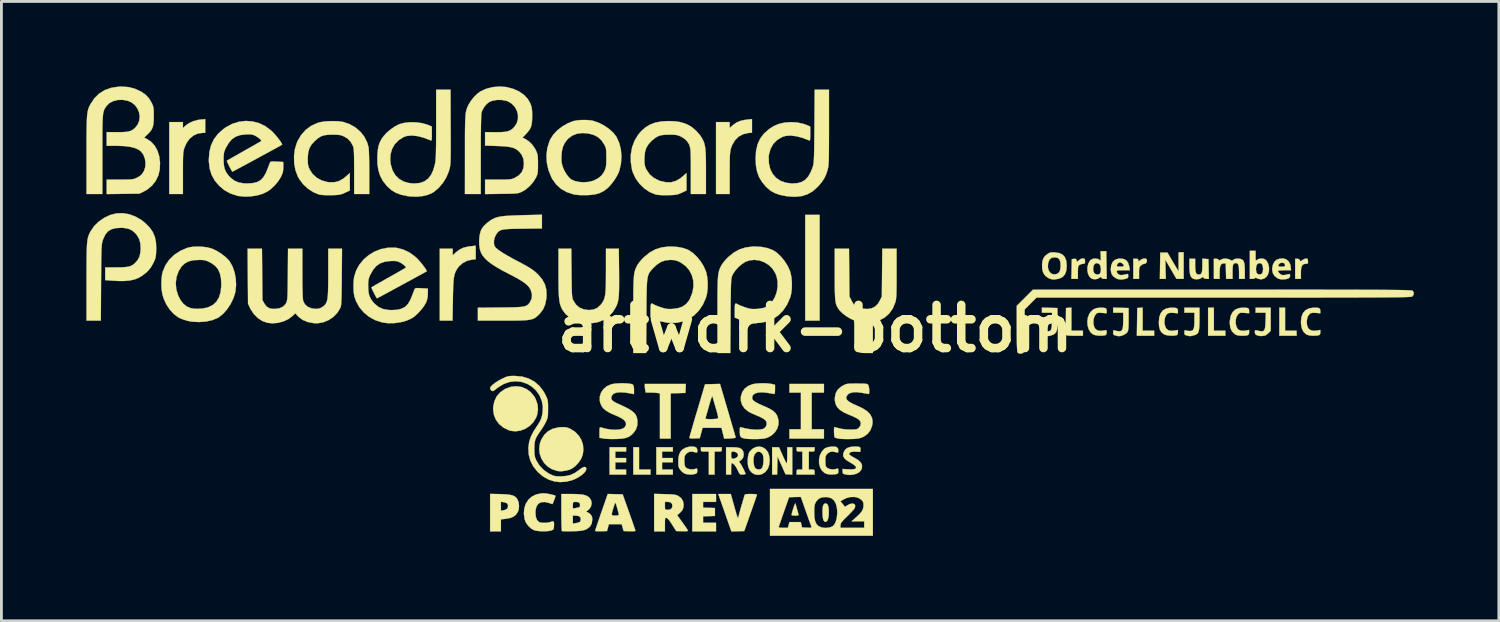
<source format=kicad_pcb>
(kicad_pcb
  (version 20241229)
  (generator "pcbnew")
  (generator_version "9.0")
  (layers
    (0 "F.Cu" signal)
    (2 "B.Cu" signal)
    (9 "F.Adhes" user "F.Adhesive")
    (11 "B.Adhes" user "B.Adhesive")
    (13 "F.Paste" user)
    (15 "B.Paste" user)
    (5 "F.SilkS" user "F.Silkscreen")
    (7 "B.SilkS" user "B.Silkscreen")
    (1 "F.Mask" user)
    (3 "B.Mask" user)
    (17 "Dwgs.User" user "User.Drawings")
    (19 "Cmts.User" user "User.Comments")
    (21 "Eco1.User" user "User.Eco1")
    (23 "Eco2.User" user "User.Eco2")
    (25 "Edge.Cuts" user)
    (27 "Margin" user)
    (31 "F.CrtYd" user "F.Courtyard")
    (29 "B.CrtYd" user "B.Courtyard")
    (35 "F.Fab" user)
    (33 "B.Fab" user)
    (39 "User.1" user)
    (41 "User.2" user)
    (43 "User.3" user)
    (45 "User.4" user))
  (footprint "artwork-bottom"
    (layer "F.Cu")
    (at 25.735 8.549)
    (property "Reference" "artwork-bottom" (at 0 0 0) (layer "F.SilkS") (effects (font (size 1.524 1.524) (thickness 0.3))))
    (attr through_hole)
    (fp_poly (pts (xy 0.152 -0.279) (xy -0.356 -0.279) (xy -0.356 -4.013) (xy 0.152 -4.013) (xy 0.152 -0.279)) (stroke (width 0.01) (type solid)) (fill yes) (layer "F.SilkS"))
    (fp_poly (pts (xy -6.223 4.978) (xy -5.817 4.978) (xy -5.817 5.156) (xy -6.426 5.156) (xy -6.426 4.191) (xy -6.223 4.191) (xy -6.223 4.978)) (stroke (width 0.01) (type solid)) (fill yes) (layer "F.SilkS"))
    (fp_poly (pts (xy 14.072 0.076) (xy 14.478 0.076) (xy 14.478 0.254) (xy 13.868 0.254) (xy 13.868 -0.737) (xy 14.072 -0.737) (xy 14.072 0.076)) (stroke (width 0.01) (type solid)) (fill yes) (layer "F.SilkS"))
    (fp_poly (pts (xy 16.586 0.076) (xy 16.993 0.076) (xy 16.993 0.254) (xy 16.383 0.254) (xy 16.383 -0.737) (xy 16.586 -0.737) (xy 16.586 0.076)) (stroke (width 0.01) (type solid)) (fill yes) (layer "F.SilkS"))
    (fp_poly (pts (xy 11.557 0.076) (xy 11.963 0.076) (xy 11.963 0.254) (xy 11.353 0.254) (xy 11.36 -0.235) (xy 11.367 -0.724) (xy 11.462 -0.732) (xy 11.557 -0.74) (xy 11.557 0.076)) (stroke (width 0.01) (type solid)) (fill yes) (layer "F.SilkS"))
    (fp_poly (pts (xy -6.68 4.343) (xy -7.061 4.343) (xy -7.061 4.572) (xy -6.68 4.572) (xy -6.68 4.724) (xy -7.061 4.724) (xy -7.061 4.978) (xy -6.68 4.978) (xy -6.68 5.156) (xy -7.264 5.156) (xy -7.264 4.191) (xy -6.68 4.191) (xy -6.68 4.343)) (stroke (width 0.01) (type solid)) (fill yes) (layer "F.SilkS"))
    (fp_poly (pts (xy -5.029 4.343) (xy -5.41 4.343) (xy -5.41 4.572) (xy -5.029 4.572) (xy -5.029 4.724) (xy -5.41 4.724) (xy -5.41 4.978) (xy -5.029 4.978) (xy -5.029 5.156) (xy -5.613 5.156) (xy -5.613 4.191) (xy -5.029 4.191) (xy -5.029 4.343)) (stroke (width 0.01) (type solid)) (fill yes) (layer "F.SilkS"))
    (fp_poly (pts (xy 0.305 2.261) (xy -0.127 2.261) (xy -0.127 3.556) (xy 0.305 3.556) (xy 0.305 3.886) (xy -0.914 3.886) (xy -0.914 3.556) (xy -0.508 3.556) (xy -0.508 2.261) (xy -0.914 2.261) (xy -0.914 1.956) (xy 0.305 1.956) (xy 0.305 2.261)) (stroke (width 0.01) (type solid)) (fill yes) (layer "F.SilkS"))
    (fp_poly (pts (xy -3.505 6.121) (xy -3.962 6.121) (xy -3.962 6.323) (xy -3.753 6.33) (xy -3.543 6.337) (xy -3.543 6.617) (xy -3.962 6.631) (xy -3.962 6.858) (xy -3.505 6.858) (xy -3.505 7.163) (xy -4.343 7.163) (xy -4.343 5.842) (xy -3.505 5.842) (xy -3.505 6.121)) (stroke (width 0.01) (type solid)) (fill yes) (layer "F.SilkS"))
    (fp_poly (pts (xy -4.585 2.273) (xy -4.845 2.281) (xy -5.105 2.288) (xy -5.105 3.886) (xy -5.486 3.886) (xy -5.486 2.292) (xy -5.566 2.276) (xy -5.633 2.268) (xy -5.729 2.262) (xy -5.817 2.261) (xy -5.988 2.261) (xy -6.004 2.181) (xy -6.016 2.098) (xy -6.02 2.029) (xy -6.02 1.956) (xy -4.57 1.956) (xy -4.585 2.273)) (stroke (width 0.01) (type solid)) (fill yes) (layer "F.SilkS"))
    (fp_poly (pts (xy -3.302 4.267) (xy -3.305 4.312) (xy -3.322 4.335) (xy -3.366 4.343) (xy -3.429 4.343) (xy -3.556 4.343) (xy -3.556 5.156) (xy -3.759 5.156) (xy -3.759 4.343) (xy -3.899 4.343) (xy -3.979 4.342) (xy -4.02 4.334) (xy -4.036 4.311) (xy -4.039 4.268) (xy -4.039 4.191) (xy -3.302 4.191) (xy -3.302 4.267)) (stroke (width 0.01) (type solid)) (fill yes) (layer "F.SilkS"))
    (fp_poly (pts (xy 9.042 0.076) (xy 9.449 0.076) (xy 9.449 0.254) (xy 9.156 0.254) (xy 9.018 0.252) (xy 8.925 0.247) (xy 8.871 0.236) (xy 8.85 0.221) (xy 8.847 0.186) (xy 8.844 0.11) (xy 8.843 -0.001) (xy 8.843 -0.135) (xy 8.845 -0.268) (xy 8.852 -0.724) (xy 8.947 -0.732) (xy 9.042 -0.74) (xy 9.042 0.076)) (stroke (width 0.01) (type solid)) (fill yes) (layer "F.SilkS"))
    (fp_poly (pts (xy -1.157 4.472) (xy -1.108 4.581) (xy -1.063 4.673) (xy -1.03 4.738) (xy -1.012 4.765) (xy -1.012 4.765) (xy -1.003 4.747) (xy -0.997 4.687) (xy -0.992 4.595) (xy -0.991 4.485) (xy -0.991 4.191) (xy -0.813 4.191) (xy -0.813 5.159) (xy -0.932 5.151) (xy -1.052 5.144) (xy -1.333 4.516) (xy -1.348 5.156) (xy -1.524 5.156) (xy -1.524 4.191) (xy -1.282 4.191) (xy -1.157 4.472)) (stroke (width 0.01) (type solid)) (fill yes) (layer "F.SilkS"))
    (fp_poly (pts (xy 0.427 6.204) (xy 0.428 6.206) (xy 0.456 6.268) (xy 0.473 6.364) (xy 0.478 6.477) (xy 0.473 6.593) (xy 0.457 6.696) (xy 0.431 6.772) (xy 0.416 6.794) (xy 0.369 6.828) (xy 0.329 6.818) (xy 0.294 6.776) (xy 0.274 6.721) (xy 0.26 6.631) (xy 0.254 6.522) (xy 0.254 6.409) (xy 0.263 6.309) (xy 0.279 6.237) (xy 0.319 6.186) (xy 0.374 6.173) (xy 0.427 6.204)) (stroke (width 0.01) (type solid)) (fill yes) (layer "F.SilkS"))
    (fp_poly (pts (xy 13.005 -1.753) (xy 12.752 -1.753) (xy 12.608 -2) (xy 12.544 -2.111) (xy 12.483 -2.215) (xy 12.434 -2.299) (xy 12.41 -2.34) (xy 12.357 -2.432) (xy 12.375 -1.753) (xy 12.165 -1.753) (xy 12.179 -2.68) (xy 12.433 -2.68) (xy 12.553 -2.477) (xy 12.617 -2.367) (xy 12.682 -2.257) (xy 12.737 -2.166) (xy 12.749 -2.146) (xy 12.825 -2.019) (xy 12.827 -2.692) (xy 13.005 -2.692) (xy 13.005 -1.753)) (stroke (width 0.01) (type solid)) (fill yes) (layer "F.SilkS"))
    (fp_poly (pts (xy -0.703 6.172) (xy -0.689 6.216) (xy -0.668 6.291) (xy -0.648 6.363) (xy -0.624 6.451) (xy -0.604 6.524) (xy -0.594 6.56) (xy -0.593 6.586) (xy -0.618 6.599) (xy -0.679 6.604) (xy -0.709 6.604) (xy -0.782 6.601) (xy -0.829 6.592) (xy -0.838 6.585) (xy -0.831 6.539) (xy -0.813 6.469) (xy -0.788 6.386) (xy -0.761 6.302) (xy -0.735 6.231) (xy -0.714 6.183) (xy -0.703 6.172) (xy -0.703 6.172)) (stroke (width 0.01) (type solid)) (fill yes) (layer "F.SilkS"))
    (fp_poly (pts (xy 17.365 -2.468) (xy 17.385 -2.443) (xy 17.394 -2.381) (xy 17.396 -2.319) (xy 17.381 -2.292) (xy 17.338 -2.286) (xy 17.324 -2.286) (xy 17.247 -2.275) (xy 17.194 -2.237) (xy 17.162 -2.167) (xy 17.147 -2.058) (xy 17.145 -1.968) (xy 17.145 -1.753) (xy 16.942 -1.753) (xy 16.942 -2.464) (xy 17.016 -2.464) (xy 17.08 -2.45) (xy 17.107 -2.413) (xy 17.12 -2.381) (xy 17.14 -2.378) (xy 17.182 -2.406) (xy 17.191 -2.413) (xy 17.259 -2.451) (xy 17.323 -2.47) (xy 17.365 -2.468)) (stroke (width 0.01) (type solid)) (fill yes) (layer "F.SilkS"))
    (fp_poly (pts (xy 9.487 -2.473) (xy 9.516 -2.437) (xy 9.525 -2.372) (xy 9.52 -2.314) (xy 9.497 -2.29) (xy 9.454 -2.286) (xy 9.379 -2.271) (xy 9.327 -2.246) (xy 9.3 -2.223) (xy 9.284 -2.191) (xy 9.275 -2.138) (xy 9.271 -2.054) (xy 9.271 -1.98) (xy 9.271 -1.753) (xy 9.041 -1.753) (xy 9.055 -2.451) (xy 9.138 -2.459) (xy 9.195 -2.459) (xy 9.218 -2.439) (xy 9.22 -2.415) (xy 9.232 -2.37) (xy 9.263 -2.37) (xy 9.299 -2.403) (xy 9.358 -2.45) (xy 9.43 -2.476) (xy 9.487 -2.473)) (stroke (width 0.01) (type solid)) (fill yes) (layer "F.SilkS"))
    (fp_poly (pts (xy -2.235 -6.916) (xy -2.374 -6.902) (xy -2.554 -6.859) (xy -2.709 -6.774) (xy -2.836 -6.647) (xy -2.934 -6.48) (xy -2.976 -6.369) (xy -2.99 -6.319) (xy -3 -6.265) (xy -3.009 -6.199) (xy -3.015 -6.115) (xy -3.019 -6.007) (xy -3.021 -5.867) (xy -3.022 -5.69) (xy -3.023 -5.484) (xy -3.023 -4.75) (xy -3.505 -4.75) (xy -3.505 -7.29) (xy -3.023 -7.29) (xy -3.023 -7.082) (xy -2.906 -7.185) (xy -2.784 -7.272) (xy -2.642 -7.332) (xy -2.467 -7.369) (xy -2.394 -7.378) (xy -2.235 -7.394) (xy -2.235 -6.916)) (stroke (width 0.01) (type solid)) (fill yes) (layer "F.SilkS"))
    (fp_poly (pts (xy 11.661 -2.471) (xy 11.701 -2.444) (xy 11.709 -2.412) (xy 11.695 -2.331) (xy 11.65 -2.291) (xy 11.617 -2.286) (xy 11.556 -2.268) (xy 11.495 -2.226) (xy 11.492 -2.224) (xy 11.461 -2.187) (xy 11.442 -2.145) (xy 11.433 -2.085) (xy 11.43 -1.992) (xy 11.43 -1.957) (xy 11.43 -1.753) (xy 11.227 -1.753) (xy 11.227 -2.464) (xy 11.316 -2.464) (xy 11.376 -2.458) (xy 11.401 -2.437) (xy 11.405 -2.409) (xy 11.408 -2.372) (xy 11.428 -2.377) (xy 11.449 -2.395) (xy 11.523 -2.446) (xy 11.598 -2.472) (xy 11.661 -2.471)) (stroke (width 0.01) (type solid)) (fill yes) (layer "F.SilkS"))
    (fp_poly (pts (xy -21.539 -6.909) (xy -21.634 -6.908) (xy -21.807 -6.882) (xy -21.962 -6.81) (xy -22.096 -6.696) (xy -22.204 -6.542) (xy -22.274 -6.381) (xy -22.289 -6.332) (xy -22.301 -6.283) (xy -22.311 -6.226) (xy -22.317 -6.155) (xy -22.322 -6.063) (xy -22.325 -5.944) (xy -22.326 -5.791) (xy -22.327 -5.597) (xy -22.327 -5.487) (xy -22.327 -4.75) (xy -22.809 -4.75) (xy -22.809 -7.29) (xy -22.327 -7.29) (xy -22.327 -7.077) (xy -22.244 -7.156) (xy -22.122 -7.246) (xy -21.967 -7.318) (xy -21.795 -7.365) (xy -21.711 -7.377) (xy -21.539 -7.393) (xy -21.539 -6.909)) (stroke (width 0.01) (type solid)) (fill yes) (layer "F.SilkS"))
    (fp_poly (pts (xy -11.989 -2.446) (xy -12.13 -2.431) (xy -12.299 -2.39) (xy -12.454 -2.308) (xy -12.582 -2.193) (xy -12.616 -2.148) (xy -12.66 -2.081) (xy -12.696 -2.017) (xy -12.724 -1.949) (xy -12.746 -1.871) (xy -12.762 -1.776) (xy -12.774 -1.659) (xy -12.782 -1.512) (xy -12.789 -1.329) (xy -12.794 -1.104) (xy -12.795 -1.022) (xy -12.808 -0.279) (xy -13.259 -0.279) (xy -13.259 -2.819) (xy -12.802 -2.819) (xy -12.802 -2.586) (xy -12.674 -2.701) (xy -12.554 -2.791) (xy -12.421 -2.853) (xy -12.26 -2.893) (xy -12.148 -2.907) (xy -11.989 -2.924) (xy -11.989 -2.446)) (stroke (width 0.01) (type solid)) (fill yes) (layer "F.SilkS"))
    (fp_poly (pts (xy -0.025 4.267) (xy -0.029 4.316) (xy -0.051 4.338) (xy -0.105 4.343) (xy -0.127 4.343) (xy -0.229 4.343) (xy -0.229 4.978) (xy -0.127 4.978) (xy -0.062 4.981) (xy -0.033 4.998) (xy -0.026 5.041) (xy -0.025 5.067) (xy -0.025 5.156) (xy -0.66 5.156) (xy -0.66 5.067) (xy -0.657 5.01) (xy -0.638 4.985) (xy -0.589 4.979) (xy -0.559 4.978) (xy -0.457 4.978) (xy -0.457 4.343) (xy -0.559 4.343) (xy -0.624 4.34) (xy -0.653 4.324) (xy -0.66 4.284) (xy -0.66 4.267) (xy -0.66 4.191) (xy -0.025 4.191) (xy -0.025 4.267)) (stroke (width 0.01) (type solid)) (fill yes) (layer "F.SilkS"))
    (fp_poly (pts (xy -10.372 2.064) (xy -10.201 2.133) (xy -10.051 2.244) (xy -9.926 2.393) (xy -9.876 2.482) (xy -9.808 2.672) (xy -9.791 2.864) (xy -9.823 3.054) (xy -9.86 3.153) (xy -9.956 3.309) (xy -10.086 3.439) (xy -10.238 3.538) (xy -10.406 3.603) (xy -10.58 3.629) (xy -10.752 3.612) (xy -10.818 3.592) (xy -11.007 3.5) (xy -11.161 3.375) (xy -11.275 3.223) (xy -11.347 3.048) (xy -11.374 2.855) (xy -11.372 2.767) (xy -11.331 2.569) (xy -11.248 2.395) (xy -11.123 2.25) (xy -10.96 2.137) (xy -10.936 2.125) (xy -10.746 2.057) (xy -10.555 2.038) (xy -10.372 2.064)) (stroke (width 0.01) (type solid)) (fill yes) (layer "F.SilkS"))
    (fp_poly (pts (xy 16.078 0.081) (xy 15.992 0.168) (xy 15.93 0.219) (xy 15.873 0.25) (xy 15.854 0.254) (xy 15.794 0.259) (xy 15.769 0.264) (xy 15.722 0.266) (xy 15.657 0.255) (xy 15.576 0.231) (xy 15.535 0.199) (xy 15.52 0.149) (xy 15.519 0.123) (xy 15.524 0.07) (xy 15.545 0.056) (xy 15.577 0.063) (xy 15.642 0.08) (xy 15.721 0.094) (xy 15.724 0.094) (xy 15.786 0.097) (xy 15.83 0.081) (xy 15.861 0.041) (xy 15.88 -0.03) (xy 15.891 -0.14) (xy 15.897 -0.271) (xy 15.906 -0.559) (xy 15.545 -0.559) (xy 15.545 -0.737) (xy 16.078 -0.737) (xy 16.078 0.081)) (stroke (width 0.01) (type solid)) (fill yes) (layer "F.SilkS"))
    (fp_poly (pts (xy 13.564 -0.342) (xy 13.562 -0.164) (xy 13.555 -0.03) (xy 13.542 0.068) (xy 13.521 0.136) (xy 13.489 0.181) (xy 13.445 0.212) (xy 13.419 0.223) (xy 13.327 0.252) (xy 13.246 0.267) (xy 13.195 0.266) (xy 13.153 0.255) (xy 13.1 0.243) (xy 13.053 0.225) (xy 13.033 0.189) (xy 13.03 0.136) (xy 13.034 0.078) (xy 13.049 0.059) (xy 13.075 0.066) (xy 13.129 0.079) (xy 13.205 0.087) (xy 13.22 0.087) (xy 13.284 0.082) (xy 13.329 0.057) (xy 13.359 0.007) (xy 13.376 -0.075) (xy 13.384 -0.196) (xy 13.385 -0.298) (xy 13.386 -0.559) (xy 13.03 -0.559) (xy 13.03 -0.737) (xy 13.564 -0.737) (xy 13.564 -0.342)) (stroke (width 0.01) (type solid)) (fill yes) (layer "F.SilkS"))
    (fp_poly (pts (xy 8.274 -0.731) (xy 8.547 -0.724) (xy 8.554 -0.379) (xy 8.555 -0.196) (xy 8.548 -0.056) (xy 8.532 0.047) (xy 8.504 0.121) (xy 8.464 0.174) (xy 8.42 0.205) (xy 8.34 0.24) (xy 8.254 0.263) (xy 8.183 0.269) (xy 8.166 0.266) (xy 8.124 0.255) (xy 8.071 0.243) (xy 8.023 0.225) (xy 8.004 0.189) (xy 8.001 0.136) (xy 8.005 0.077) (xy 8.021 0.058) (xy 8.045 0.063) (xy 8.101 0.079) (xy 8.175 0.093) (xy 8.182 0.094) (xy 8.248 0.096) (xy 8.296 0.076) (xy 8.328 0.028) (xy 8.347 -0.055) (xy 8.355 -0.178) (xy 8.357 -0.285) (xy 8.357 -0.559) (xy 8.001 -0.559) (xy 8.001 -0.738) (xy 8.274 -0.731)) (stroke (width 0.01) (type solid)) (fill yes) (layer "F.SilkS"))
    (fp_poly (pts (xy 10.789 -0.731) (xy 11.062 -0.724) (xy 11.062 -0.33) (xy 11.061 -0.175) (xy 11.058 -0.062) (xy 11.052 0.017) (xy 11.042 0.072) (xy 11.028 0.11) (xy 11.016 0.131) (xy 10.957 0.187) (xy 10.871 0.234) (xy 10.778 0.264) (xy 10.698 0.27) (xy 10.681 0.266) (xy 10.639 0.255) (xy 10.585 0.243) (xy 10.538 0.225) (xy 10.519 0.189) (xy 10.516 0.136) (xy 10.519 0.077) (xy 10.535 0.058) (xy 10.56 0.065) (xy 10.615 0.081) (xy 10.69 0.095) (xy 10.697 0.095) (xy 10.763 0.096) (xy 10.811 0.075) (xy 10.843 0.026) (xy 10.861 -0.056) (xy 10.87 -0.179) (xy 10.871 -0.285) (xy 10.871 -0.559) (xy 10.516 -0.559) (xy 10.516 -0.738) (xy 10.789 -0.731)) (stroke (width 0.01) (type solid)) (fill yes) (layer "F.SilkS"))
    (fp_poly (pts (xy 13.773 -2.459) (xy 13.881 -2.451) (xy 13.888 -2.102) (xy 13.895 -1.753) (xy 13.808 -1.753) (xy 13.735 -1.765) (xy 13.705 -1.794) (xy 13.69 -1.821) (xy 13.665 -1.813) (xy 13.641 -1.792) (xy 13.566 -1.752) (xy 13.468 -1.737) (xy 13.372 -1.748) (xy 13.331 -1.764) (xy 13.28 -1.807) (xy 13.243 -1.872) (xy 13.221 -1.967) (xy 13.21 -2.1) (xy 13.208 -2.214) (xy 13.208 -2.464) (xy 13.411 -2.464) (xy 13.411 -2.25) (xy 13.415 -2.107) (xy 13.427 -2.008) (xy 13.45 -1.946) (xy 13.486 -1.914) (xy 13.537 -1.905) (xy 13.59 -1.913) (xy 13.627 -1.942) (xy 13.65 -1.999) (xy 13.662 -2.092) (xy 13.665 -2.228) (xy 13.665 -2.235) (xy 13.665 -2.467) (xy 13.773 -2.459)) (stroke (width 0.01) (type solid)) (fill yes) (layer "F.SilkS"))
    (fp_poly (pts (xy -11.119 5.846) (xy -10.939 5.853) (xy -10.801 5.867) (xy -10.698 5.888) (xy -10.622 5.921) (xy -10.564 5.968) (xy -10.516 6.031) (xy -10.514 6.035) (xy -10.476 6.133) (xy -10.461 6.254) (xy -10.469 6.375) (xy -10.499 6.468) (xy -10.566 6.569) (xy -10.654 6.641) (xy -10.772 6.689) (xy -10.928 6.718) (xy -10.945 6.72) (xy -11.1 6.738) (xy -11.1 7.163) (xy -11.481 7.163) (xy -11.481 6.433) (xy -11.1 6.433) (xy -11.005 6.417) (xy -10.933 6.396) (xy -10.882 6.364) (xy -10.878 6.358) (xy -10.849 6.289) (xy -10.854 6.218) (xy -10.882 6.174) (xy -10.93 6.15) (xy -11.001 6.131) (xy -11.009 6.13) (xy -11.1 6.115) (xy -11.1 6.433) (xy -11.481 6.433) (xy -11.481 5.838) (xy -11.119 5.846)) (stroke (width 0.01) (type solid)) (fill yes) (layer "F.SilkS"))
    (fp_poly (pts (xy -8.808 3.486) (xy -8.739 3.503) (xy -8.662 3.534) (xy -8.658 3.537) (xy -8.486 3.643) (xy -8.346 3.788) (xy -8.258 3.935) (xy -8.204 4.1) (xy -8.188 4.277) (xy -8.209 4.449) (xy -8.26 4.585) (xy -8.353 4.729) (xy -8.468 4.853) (xy -8.592 4.943) (xy -8.607 4.951) (xy -8.663 4.977) (xy -8.724 4.997) (xy -8.804 5.015) (xy -8.916 5.034) (xy -8.954 5.04) (xy -9.01 5.04) (xy -9.089 5.031) (xy -9.113 5.027) (xy -9.294 4.968) (xy -9.45 4.871) (xy -9.577 4.742) (xy -9.671 4.589) (xy -9.73 4.418) (xy -9.748 4.238) (xy -9.722 4.055) (xy -9.675 3.925) (xy -9.571 3.755) (xy -9.436 3.627) (xy -9.271 3.539) (xy -9.076 3.492) (xy -9.001 3.485) (xy -8.889 3.481) (xy -8.808 3.486)) (stroke (width 0.01) (type solid)) (fill yes) (layer "F.SilkS"))
    (fp_poly (pts (xy 17.761 -0.728) (xy 17.808 -0.703) (xy 17.828 -0.658) (xy 17.831 -0.624) (xy 17.831 -0.538) (xy 17.679 -0.552) (xy 17.576 -0.556) (xy 17.506 -0.545) (xy 17.466 -0.525) (xy 17.405 -0.458) (xy 17.366 -0.359) (xy 17.351 -0.246) (xy 17.359 -0.131) (xy 17.393 -0.033) (xy 17.428 0.016) (xy 17.505 0.066) (xy 17.606 0.082) (xy 17.736 0.068) (xy 17.831 0.048) (xy 17.831 0.136) (xy 17.825 0.188) (xy 17.802 0.223) (xy 17.753 0.243) (xy 17.67 0.252) (xy 17.564 0.254) (xy 17.441 0.244) (xy 17.348 0.214) (xy 17.328 0.203) (xy 17.239 0.119) (xy 17.178 -0.003) (xy 17.149 -0.158) (xy 17.146 -0.229) (xy 17.163 -0.404) (xy 17.216 -0.542) (xy 17.302 -0.643) (xy 17.423 -0.707) (xy 17.555 -0.732) (xy 17.679 -0.737) (xy 17.761 -0.728)) (stroke (width 0.01) (type solid)) (fill yes) (layer "F.SilkS"))
    (fp_poly (pts (xy 15.204 -0.733) (xy 15.27 -0.721) (xy 15.304 -0.693) (xy 15.315 -0.646) (xy 15.316 -0.623) (xy 15.316 -0.539) (xy 15.153 -0.552) (xy 15.062 -0.558) (xy 15.004 -0.553) (xy 14.964 -0.534) (xy 14.927 -0.502) (xy 14.872 -0.416) (xy 14.844 -0.305) (xy 14.842 -0.184) (xy 14.866 -0.071) (xy 14.916 0.019) (xy 14.931 0.035) (xy 15.013 0.074) (xy 15.131 0.081) (xy 15.221 0.068) (xy 15.316 0.048) (xy 15.316 0.136) (xy 15.31 0.188) (xy 15.288 0.223) (xy 15.239 0.243) (xy 15.156 0.252) (xy 15.049 0.254) (xy 14.945 0.248) (xy 14.868 0.228) (xy 14.804 0.191) (xy 14.711 0.1) (xy 14.655 -0.024) (xy 14.633 -0.182) (xy 14.636 -0.277) (xy 14.666 -0.446) (xy 14.729 -0.576) (xy 14.825 -0.668) (xy 14.955 -0.721) (xy 15.097 -0.737) (xy 15.204 -0.733)) (stroke (width 0.01) (type solid)) (fill yes) (layer "F.SilkS"))
    (fp_poly (pts (xy 12.685 -0.733) (xy 12.752 -0.721) (xy 12.788 -0.695) (xy 12.801 -0.65) (xy 12.802 -0.622) (xy 12.802 -0.538) (xy 12.65 -0.552) (xy 12.548 -0.556) (xy 12.478 -0.545) (xy 12.435 -0.524) (xy 12.377 -0.458) (xy 12.34 -0.361) (xy 12.327 -0.248) (xy 12.337 -0.133) (xy 12.372 -0.031) (xy 12.403 0.014) (xy 12.471 0.064) (xy 12.564 0.083) (xy 12.69 0.071) (xy 12.706 0.068) (xy 12.802 0.048) (xy 12.802 0.136) (xy 12.794 0.2) (xy 12.764 0.231) (xy 12.744 0.238) (xy 12.65 0.252) (xy 12.537 0.252) (xy 12.425 0.24) (xy 12.338 0.218) (xy 12.326 0.212) (xy 12.233 0.146) (xy 12.171 0.052) (xy 12.137 -0.076) (xy 12.129 -0.216) (xy 12.144 -0.397) (xy 12.193 -0.538) (xy 12.273 -0.642) (xy 12.387 -0.707) (xy 12.535 -0.735) (xy 12.577 -0.736) (xy 12.685 -0.733)) (stroke (width 0.01) (type solid)) (fill yes) (layer "F.SilkS"))
    (fp_poly (pts (xy 10.175 -0.733) (xy 10.24 -0.721) (xy 10.274 -0.693) (xy 10.286 -0.646) (xy 10.287 -0.623) (xy 10.287 -0.539) (xy 10.125 -0.552) (xy 10.032 -0.557) (xy 9.974 -0.552) (xy 9.934 -0.533) (xy 9.911 -0.513) (xy 9.852 -0.422) (xy 9.822 -0.306) (xy 9.818 -0.181) (xy 9.844 -0.065) (xy 9.891 0.017) (xy 9.968 0.068) (xy 10.077 0.085) (xy 10.204 0.067) (xy 10.26 0.056) (xy 10.282 0.071) (xy 10.287 0.121) (xy 10.287 0.135) (xy 10.279 0.199) (xy 10.251 0.231) (xy 10.23 0.238) (xy 10.125 0.253) (xy 10.005 0.252) (xy 9.891 0.236) (xy 9.805 0.207) (xy 9.716 0.132) (xy 9.652 0.024) (xy 9.614 -0.106) (xy 9.604 -0.247) (xy 9.623 -0.387) (xy 9.672 -0.515) (xy 9.719 -0.584) (xy 9.815 -0.673) (xy 9.926 -0.721) (xy 10.066 -0.737) (xy 10.068 -0.737) (xy 10.175 -0.733)) (stroke (width 0.01) (type solid)) (fill yes) (layer "F.SilkS"))
    (fp_poly (pts (xy -2.858 6.291) (xy -2.814 6.448) (xy -2.781 6.561) (xy -2.757 6.635) (xy -2.74 6.675) (xy -2.728 6.686) (xy -2.72 6.674) (xy -2.712 6.642) (xy -2.711 6.64) (xy -2.696 6.576) (xy -2.67 6.478) (xy -2.636 6.358) (xy -2.601 6.236) (xy -2.565 6.115) (xy -2.534 6.009) (xy -2.511 5.93) (xy -2.499 5.887) (xy -2.499 5.886) (xy -2.485 5.864) (xy -2.454 5.851) (xy -2.394 5.844) (xy -2.295 5.842) (xy -2.272 5.842) (xy -2.175 5.844) (xy -2.101 5.85) (xy -2.061 5.858) (xy -2.058 5.861) (xy -2.066 5.889) (xy -2.09 5.959) (xy -2.125 6.063) (xy -2.171 6.196) (xy -2.226 6.351) (xy -2.284 6.515) (xy -2.508 7.15) (xy -2.962 7.165) (xy -3.071 6.853) (xy -3.124 6.703) (xy -3.185 6.527) (xy -3.248 6.348) (xy -3.303 6.191) (xy -3.426 5.842) (xy -2.984 5.842) (xy -2.858 6.291)) (stroke (width 0.01) (type solid)) (fill yes) (layer "F.SilkS"))
    (fp_poly (pts (xy 0.71 4.174) (xy 0.758 4.189) (xy 0.8 4.232) (xy 0.813 4.304) (xy 0.81 4.362) (xy 0.791 4.38) (xy 0.742 4.37) (xy 0.73 4.367) (xy 0.613 4.344) (xy 0.522 4.356) (xy 0.445 4.404) (xy 0.43 4.418) (xy 0.389 4.464) (xy 0.366 4.511) (xy 0.357 4.576) (xy 0.356 4.657) (xy 0.358 4.749) (xy 0.364 4.825) (xy 0.371 4.863) (xy 0.418 4.919) (xy 0.498 4.957) (xy 0.597 4.975) (xy 0.7 4.967) (xy 0.748 4.954) (xy 0.79 4.941) (xy 0.808 4.954) (xy 0.813 5.003) (xy 0.813 5.027) (xy 0.809 5.092) (xy 0.788 5.123) (xy 0.738 5.139) (xy 0.733 5.14) (xy 0.588 5.156) (xy 0.454 5.146) (xy 0.348 5.112) (xy 0.336 5.106) (xy 0.236 5.017) (xy 0.169 4.9) (xy 0.134 4.764) (xy 0.132 4.62) (xy 0.162 4.479) (xy 0.225 4.351) (xy 0.321 4.245) (xy 0.336 4.233) (xy 0.409 4.199) (xy 0.509 4.177) (xy 0.616 4.167) (xy 0.71 4.174)) (stroke (width 0.01) (type solid)) (fill yes) (layer "F.SilkS"))
    (fp_poly (pts (xy -1.866 4.189) (xy -1.761 4.253) (xy -1.677 4.358) (xy -1.665 4.382) (xy -1.624 4.511) (xy -1.612 4.66) (xy -1.627 4.81) (xy -1.671 4.939) (xy -1.677 4.952) (xy -1.764 5.063) (xy -1.874 5.137) (xy -1.999 5.168) (xy -2.124 5.154) (xy -2.228 5.099) (xy -2.313 5.007) (xy -2.365 4.893) (xy -2.383 4.783) (xy -2.386 4.658) (xy -2.385 4.642) (xy -2.183 4.642) (xy -2.177 4.755) (xy -2.157 4.854) (xy -2.125 4.923) (xy -2.121 4.928) (xy -2.056 4.967) (xy -1.976 4.977) (xy -1.913 4.958) (xy -1.871 4.905) (xy -1.843 4.809) (xy -1.83 4.679) (xy -1.829 4.637) (xy -1.834 4.533) (xy -1.851 4.462) (xy -1.881 4.41) (xy -1.948 4.356) (xy -2.021 4.347) (xy -2.089 4.378) (xy -2.144 4.446) (xy -2.173 4.534) (xy -2.183 4.642) (xy -2.385 4.642) (xy -2.377 4.533) (xy -2.355 4.426) (xy -2.322 4.352) (xy -2.321 4.351) (xy -2.219 4.247) (xy -2.103 4.186) (xy -1.983 4.167) (xy -1.866 4.189)) (stroke (width 0.01) (type solid)) (fill yes) (layer "F.SilkS"))
    (fp_poly (pts (xy 8.464 -2.687) (xy 8.617 -2.663) (xy 8.733 -2.607) (xy 8.813 -2.516) (xy 8.861 -2.389) (xy 8.877 -2.222) (xy 8.877 -2.21) (xy 8.862 -2.043) (xy 8.815 -1.915) (xy 8.734 -1.822) (xy 8.616 -1.763) (xy 8.474 -1.736) (xy 8.372 -1.734) (xy 8.285 -1.757) (xy 8.23 -1.783) (xy 8.12 -1.861) (xy 8.048 -1.967) (xy 8.011 -2.104) (xy 8.01 -2.148) (xy 8.214 -2.148) (xy 8.245 -2.041) (xy 8.303 -1.961) (xy 8.383 -1.917) (xy 8.478 -1.913) (xy 8.543 -1.933) (xy 8.605 -1.981) (xy 8.644 -2.061) (xy 8.66 -2.18) (xy 8.661 -2.233) (xy 8.65 -2.362) (xy 8.612 -2.449) (xy 8.546 -2.499) (xy 8.448 -2.515) (xy 8.445 -2.515) (xy 8.345 -2.496) (xy 8.273 -2.438) (xy 8.229 -2.338) (xy 8.216 -2.278) (xy 8.214 -2.148) (xy 8.01 -2.148) (xy 8.006 -2.253) (xy 8.021 -2.387) (xy 8.056 -2.487) (xy 8.119 -2.568) (xy 8.207 -2.637) (xy 8.263 -2.67) (xy 8.32 -2.687) (xy 8.398 -2.69) (xy 8.464 -2.687)) (stroke (width 0.01) (type solid)) (fill yes) (layer "F.SilkS"))
    (fp_poly (pts (xy 10.288 -1.753) (xy 10.201 -1.753) (xy 10.128 -1.765) (xy 10.099 -1.794) (xy 10.083 -1.821) (xy 10.059 -1.813) (xy 10.036 -1.793) (xy 9.956 -1.751) (xy 9.858 -1.738) (xy 9.765 -1.757) (xy 9.75 -1.764) (xy 9.678 -1.832) (xy 9.63 -1.932) (xy 9.607 -2.051) (xy 9.608 -2.108) (xy 9.81 -2.108) (xy 9.82 -2.016) (xy 9.84 -1.969) (xy 9.894 -1.92) (xy 9.962 -1.904) (xy 10.025 -1.92) (xy 10.058 -1.954) (xy 10.08 -2.033) (xy 10.081 -2.13) (xy 10.062 -2.219) (xy 10.044 -2.255) (xy 9.989 -2.3) (xy 9.921 -2.309) (xy 9.862 -2.281) (xy 9.856 -2.274) (xy 9.822 -2.202) (xy 9.81 -2.108) (xy 9.608 -2.108) (xy 9.61 -2.176) (xy 9.639 -2.294) (xy 9.695 -2.393) (xy 9.724 -2.423) (xy 9.797 -2.46) (xy 9.89 -2.471) (xy 9.98 -2.456) (xy 10.033 -2.426) (xy 10.059 -2.404) (xy 10.073 -2.405) (xy 10.079 -2.436) (xy 10.078 -2.506) (xy 10.077 -2.556) (xy 10.071 -2.731) (xy 10.274 -2.731) (xy 10.288 -1.753)) (stroke (width 0.01) (type solid)) (fill yes) (layer "F.SilkS"))
    (fp_poly (pts (xy 15.008 -2.459) (xy 15.059 -2.44) (xy 15.102 -2.407) (xy 15.132 -2.356) (xy 15.151 -2.28) (xy 15.161 -2.169) (xy 15.164 -2.018) (xy 15.164 -1.753) (xy 14.961 -1.753) (xy 14.961 -1.983) (xy 14.957 -2.123) (xy 14.944 -2.22) (xy 14.92 -2.279) (xy 14.883 -2.307) (xy 14.85 -2.311) (xy 14.8 -2.305) (xy 14.766 -2.28) (xy 14.745 -2.228) (xy 14.735 -2.143) (xy 14.732 -2.015) (xy 14.732 -2.002) (xy 14.732 -1.753) (xy 14.505 -1.753) (xy 14.491 -2.299) (xy 14.415 -2.299) (xy 14.356 -2.286) (xy 14.315 -2.244) (xy 14.289 -2.168) (xy 14.277 -2.05) (xy 14.275 -1.962) (xy 14.275 -1.753) (xy 14.072 -1.753) (xy 14.072 -2.464) (xy 14.149 -2.464) (xy 14.21 -2.452) (xy 14.24 -2.427) (xy 14.256 -2.404) (xy 14.287 -2.412) (xy 14.316 -2.43) (xy 14.405 -2.463) (xy 14.511 -2.468) (xy 14.611 -2.445) (xy 14.644 -2.427) (xy 14.694 -2.399) (xy 14.726 -2.401) (xy 14.759 -2.427) (xy 14.825 -2.459) (xy 14.915 -2.47) (xy 15.008 -2.459)) (stroke (width 0.01) (type solid)) (fill yes) (layer "F.SilkS"))
    (fp_poly (pts (xy 1.498 4.17) (xy 1.537 4.176) (xy 1.583 4.196) (xy 1.597 4.234) (xy 1.595 4.274) (xy 1.587 4.356) (xy 1.428 4.347) (xy 1.307 4.349) (xy 1.231 4.371) (xy 1.197 4.413) (xy 1.194 4.435) (xy 1.215 4.462) (xy 1.271 4.503) (xy 1.351 4.549) (xy 1.369 4.558) (xy 1.511 4.642) (xy 1.603 4.728) (xy 1.648 4.819) (xy 1.646 4.917) (xy 1.614 5.002) (xy 1.553 5.07) (xy 1.456 5.124) (xy 1.337 5.159) (xy 1.209 5.17) (xy 1.143 5.164) (xy 1.05 5.149) (xy 0.997 5.132) (xy 0.972 5.107) (xy 0.966 5.066) (xy 0.965 5.043) (xy 0.965 4.957) (xy 1.151 4.971) (xy 1.293 4.974) (xy 1.388 4.96) (xy 1.436 4.93) (xy 1.437 4.886) (xy 1.389 4.83) (xy 1.291 4.763) (xy 1.245 4.737) (xy 1.116 4.659) (xy 1.032 4.587) (xy 0.989 4.515) (xy 0.983 4.436) (xy 0.997 4.381) (xy 1.049 4.281) (xy 1.132 4.215) (xy 1.252 4.178) (xy 1.32 4.171) (xy 1.414 4.167) (xy 1.498 4.17)) (stroke (width 0.01) (type solid)) (fill yes) (layer "F.SilkS"))
    (fp_poly (pts (xy 15.545 -2.561) (xy 15.545 -2.468) (xy 15.549 -2.417) (xy 15.559 -2.401) (xy 15.578 -2.411) (xy 15.595 -2.425) (xy 15.666 -2.46) (xy 15.752 -2.471) (xy 15.834 -2.462) (xy 15.893 -2.429) (xy 15.928 -2.394) (xy 15.99 -2.289) (xy 16.02 -2.162) (xy 16.017 -2.029) (xy 15.982 -1.906) (xy 15.929 -1.825) (xy 15.839 -1.759) (xy 15.734 -1.736) (xy 15.628 -1.759) (xy 15.609 -1.769) (xy 15.551 -1.793) (xy 15.525 -1.783) (xy 15.525 -1.782) (xy 15.496 -1.762) (xy 15.437 -1.753) (xy 15.428 -1.753) (xy 15.342 -1.753) (xy 15.342 -2.108) (xy 15.557 -2.108) (xy 15.565 -2.027) (xy 15.583 -1.963) (xy 15.592 -1.947) (xy 15.651 -1.911) (xy 15.72 -1.911) (xy 15.775 -1.945) (xy 15.795 -1.994) (xy 15.807 -2.07) (xy 15.809 -2.108) (xy 15.796 -2.218) (xy 15.759 -2.285) (xy 15.695 -2.311) (xy 15.684 -2.311) (xy 15.616 -2.29) (xy 15.573 -2.225) (xy 15.558 -2.118) (xy 15.557 -2.108) (xy 15.342 -2.108) (xy 15.342 -2.743) (xy 15.545 -2.743) (xy 15.545 -2.561)) (stroke (width 0.01) (type solid)) (fill yes) (layer "F.SilkS"))
    (fp_poly (pts (xy -4.259 4.176) (xy -4.196 4.208) (xy -4.168 4.268) (xy -4.166 4.304) (xy -4.168 4.362) (xy -4.187 4.38) (xy -4.236 4.37) (xy -4.248 4.367) (xy -4.366 4.344) (xy -4.457 4.356) (xy -4.534 4.404) (xy -4.549 4.418) (xy -4.588 4.462) (xy -4.611 4.506) (xy -4.62 4.567) (xy -4.623 4.661) (xy -4.623 4.669) (xy -4.618 4.781) (xy -4.603 4.855) (xy -4.578 4.901) (xy -4.514 4.945) (xy -4.422 4.97) (xy -4.319 4.973) (xy -4.244 4.957) (xy -4.191 4.942) (xy -4.17 4.954) (xy -4.166 5.003) (xy -4.166 5.018) (xy -4.174 5.084) (xy -4.205 5.12) (xy -4.231 5.131) (xy -4.331 5.153) (xy -4.448 5.155) (xy -4.559 5.138) (xy -4.638 5.108) (xy -4.707 5.053) (xy -4.771 4.984) (xy -4.778 4.975) (xy -4.809 4.923) (xy -4.828 4.869) (xy -4.836 4.796) (xy -4.837 4.688) (xy -4.837 4.686) (xy -4.828 4.538) (xy -4.801 4.427) (xy -4.753 4.34) (xy -4.695 4.277) (xy -4.589 4.211) (xy -4.454 4.173) (xy -4.363 4.166) (xy -4.259 4.176)) (stroke (width 0.01) (type solid)) (fill yes) (layer "F.SilkS"))
    (fp_poly (pts (xy -7.064 5.848) (xy -6.801 5.855) (xy -6.575 6.488) (xy -6.515 6.658) (xy -6.461 6.813) (xy -6.415 6.945) (xy -6.38 7.048) (xy -6.358 7.117) (xy -6.35 7.144) (xy -6.373 7.152) (xy -6.436 7.158) (xy -6.525 7.158) (xy -6.559 7.157) (xy -6.768 7.15) (xy -6.802 7.029) (xy -6.836 6.909) (xy -7.287 6.909) (xy -7.321 7.029) (xy -7.355 7.15) (xy -7.564 7.157) (xy -7.659 7.159) (xy -7.732 7.155) (xy -7.77 7.148) (xy -7.773 7.145) (xy -7.765 7.116) (xy -7.743 7.046) (xy -7.708 6.941) (xy -7.663 6.808) (xy -7.609 6.652) (xy -7.582 6.572) (xy -7.188 6.572) (xy -7.164 6.594) (xy -7.091 6.604) (xy -7.061 6.604) (xy -6.98 6.599) (xy -6.938 6.584) (xy -6.934 6.575) (xy -6.941 6.539) (xy -6.958 6.47) (xy -6.982 6.381) (xy -7.009 6.288) (xy -7.033 6.205) (xy -7.053 6.147) (xy -7.064 6.155) (xy -7.084 6.2) (xy -7.109 6.271) (xy -7.136 6.355) (xy -7.161 6.44) (xy -7.179 6.515) (xy -7.188 6.568) (xy -7.188 6.572) (xy -7.582 6.572) (xy -7.551 6.483) (xy -7.328 5.841) (xy -7.064 5.848)) (stroke (width 0.01) (type solid)) (fill yes) (layer "F.SilkS"))
    (fp_poly (pts (xy 10.888 -2.455) (xy 10.98 -2.407) (xy 11.044 -2.322) (xy 11.084 -2.194) (xy 11.09 -2.158) (xy 11.106 -2.057) (xy 10.874 -2.057) (xy 10.765 -2.057) (xy 10.697 -2.053) (xy 10.66 -2.044) (xy 10.645 -2.027) (xy 10.643 -2.007) (xy 10.662 -1.958) (xy 10.706 -1.915) (xy 10.75 -1.893) (xy 10.799 -1.886) (xy 10.868 -1.893) (xy 10.97 -1.916) (xy 10.983 -1.919) (xy 11.029 -1.926) (xy 11.046 -1.904) (xy 11.049 -1.858) (xy 11.043 -1.805) (xy 11.013 -1.775) (xy 10.954 -1.754) (xy 10.812 -1.729) (xy 10.69 -1.743) (xy 10.619 -1.772) (xy 10.517 -1.843) (xy 10.456 -1.936) (xy 10.433 -2.059) (xy 10.432 -2.089) (xy 10.447 -2.221) (xy 10.643 -2.221) (xy 10.658 -2.197) (xy 10.711 -2.186) (xy 10.77 -2.184) (xy 10.85 -2.189) (xy 10.89 -2.204) (xy 10.897 -2.221) (xy 10.876 -2.262) (xy 10.829 -2.305) (xy 10.774 -2.333) (xy 10.753 -2.337) (xy 10.706 -2.317) (xy 10.662 -2.271) (xy 10.643 -2.221) (xy 10.643 -2.221) (xy 10.447 -2.221) (xy 10.449 -2.24) (xy 10.501 -2.353) (xy 10.585 -2.429) (xy 10.702 -2.466) (xy 10.763 -2.47) (xy 10.888 -2.455)) (stroke (width 0.01) (type solid)) (fill yes) (layer "F.SilkS"))
    (fp_poly (pts (xy 16.622 -2.444) (xy 16.71 -2.373) (xy 16.767 -2.267) (xy 16.784 -2.185) (xy 16.796 -2.057) (xy 16.564 -2.057) (xy 16.447 -2.055) (xy 16.368 -2.047) (xy 16.333 -2.034) (xy 16.332 -2.031) (xy 16.349 -1.997) (xy 16.389 -1.947) (xy 16.398 -1.939) (xy 16.446 -1.902) (xy 16.503 -1.886) (xy 16.582 -1.891) (xy 16.693 -1.917) (xy 16.707 -1.921) (xy 16.749 -1.924) (xy 16.763 -1.894) (xy 16.764 -1.873) (xy 16.751 -1.811) (xy 16.706 -1.77) (xy 16.623 -1.745) (xy 16.556 -1.737) (xy 16.452 -1.735) (xy 16.366 -1.755) (xy 16.315 -1.778) (xy 16.215 -1.855) (xy 16.152 -1.961) (xy 16.129 -2.087) (xy 16.146 -2.205) (xy 16.347 -2.205) (xy 16.367 -2.19) (xy 16.421 -2.185) (xy 16.462 -2.184) (xy 16.537 -2.187) (xy 16.574 -2.199) (xy 16.586 -2.225) (xy 16.586 -2.236) (xy 16.567 -2.291) (xy 16.519 -2.32) (xy 16.458 -2.324) (xy 16.399 -2.302) (xy 16.357 -2.254) (xy 16.35 -2.236) (xy 16.347 -2.205) (xy 16.146 -2.205) (xy 16.148 -2.224) (xy 16.167 -2.278) (xy 16.218 -2.368) (xy 16.288 -2.426) (xy 16.384 -2.463) (xy 16.511 -2.476) (xy 16.622 -2.444)) (stroke (width 0.01) (type solid)) (fill yes) (layer "F.SilkS"))
    (fp_poly (pts (xy -2.784 4.197) (xy -2.678 4.217) (xy -2.605 4.254) (xy -2.559 4.312) (xy -2.54 4.356) (xy -2.526 4.459) (xy -2.548 4.556) (xy -2.602 4.63) (xy -2.63 4.649) (xy -2.683 4.687) (xy -2.687 4.72) (xy -2.666 4.737) (xy -2.643 4.767) (xy -2.606 4.829) (xy -2.563 4.909) (xy -2.52 4.993) (xy -2.485 5.068) (xy -2.466 5.119) (xy -2.464 5.13) (xy -2.486 5.146) (xy -2.543 5.155) (xy -2.566 5.156) (xy -2.621 5.154) (xy -2.657 5.142) (xy -2.686 5.108) (xy -2.719 5.044) (xy -2.742 4.994) (xy -2.801 4.884) (xy -2.864 4.802) (xy -2.924 4.756) (xy -2.952 4.75) (xy -2.961 4.773) (xy -2.968 4.835) (xy -2.972 4.924) (xy -2.972 4.953) (xy -2.972 5.156) (xy -3.15 5.156) (xy -3.15 4.47) (xy -2.972 4.47) (xy -2.965 4.553) (xy -2.94 4.594) (xy -2.888 4.598) (xy -2.811 4.573) (xy -2.756 4.534) (xy -2.729 4.492) (xy -2.734 4.433) (xy -2.777 4.382) (xy -2.848 4.349) (xy -2.898 4.343) (xy -2.942 4.346) (xy -2.964 4.364) (xy -2.971 4.41) (xy -2.972 4.47) (xy -3.15 4.47) (xy -3.15 4.191) (xy -2.932 4.191) (xy -2.784 4.197)) (stroke (width 0.01) (type solid)) (fill yes) (layer "F.SilkS"))
    (fp_poly (pts (xy -9.531 5.822) (xy -9.439 5.835) (xy -9.342 5.854) (xy -9.255 5.875) (xy -9.193 5.895) (xy -9.173 5.906) (xy -9.177 5.931) (xy -9.195 5.988) (xy -9.221 6.058) (xy -9.248 6.128) (xy -9.271 6.179) (xy -9.283 6.198) (xy -9.309 6.19) (xy -9.366 6.171) (xy -9.398 6.16) (xy -9.549 6.124) (xy -9.674 6.131) (xy -9.771 6.18) (xy -9.838 6.27) (xy -9.874 6.401) (xy -9.881 6.502) (xy -9.867 6.65) (xy -9.825 6.76) (xy -9.758 6.83) (xy -9.75 6.834) (xy -9.684 6.853) (xy -9.589 6.86) (xy -9.485 6.857) (xy -9.393 6.843) (xy -9.363 6.834) (xy -9.287 6.809) (xy -9.244 6.812) (xy -9.226 6.851) (xy -9.224 6.931) (xy -9.225 6.953) (xy -9.231 7.036) (xy -9.244 7.083) (xy -9.271 7.109) (xy -9.321 7.129) (xy -9.322 7.13) (xy -9.415 7.149) (xy -9.539 7.158) (xy -9.675 7.157) (xy -9.804 7.146) (xy -9.908 7.126) (xy -9.925 7.121) (xy -10.033 7.06) (xy -10.134 6.966) (xy -10.215 6.852) (xy -10.259 6.745) (xy -10.289 6.542) (xy -10.275 6.355) (xy -10.222 6.188) (xy -10.132 6.046) (xy -10.008 5.935) (xy -9.855 5.858) (xy -9.675 5.82) (xy -9.602 5.817) (xy -9.531 5.822)) (stroke (width 0.01) (type solid)) (fill yes) (layer "F.SilkS"))
    (fp_poly (pts (xy -5.315 5.847) (xy -5.163 5.851) (xy -5.052 5.857) (xy -4.971 5.866) (xy -4.912 5.879) (xy -4.863 5.898) (xy -4.839 5.91) (xy -4.731 5.992) (xy -4.668 6.1) (xy -4.648 6.222) (xy -4.659 6.329) (xy -4.697 6.415) (xy -4.771 6.498) (xy -4.789 6.515) (xy -4.875 6.591) (xy -4.686 6.853) (xy -4.614 6.954) (xy -4.554 7.041) (xy -4.513 7.105) (xy -4.496 7.138) (xy -4.496 7.14) (xy -4.52 7.152) (xy -4.587 7.158) (xy -4.688 7.158) (xy -4.704 7.157) (xy -4.912 7.15) (xy -5.056 6.921) (xy -5.137 6.799) (xy -5.2 6.722) (xy -5.246 6.687) (xy -5.254 6.685) (xy -5.279 6.684) (xy -5.295 6.695) (xy -5.304 6.729) (xy -5.308 6.794) (xy -5.309 6.898) (xy -5.309 6.92) (xy -5.309 7.163) (xy -5.69 7.163) (xy -5.69 6.121) (xy -5.309 6.121) (xy -5.309 6.261) (xy -5.307 6.341) (xy -5.299 6.383) (xy -5.277 6.398) (xy -5.234 6.401) (xy -5.165 6.395) (xy -5.118 6.385) (xy -5.067 6.341) (xy -5.045 6.273) (xy -5.057 6.2) (xy -5.067 6.181) (xy -5.109 6.139) (xy -5.173 6.123) (xy -5.208 6.121) (xy -5.309 6.121) (xy -5.69 6.121) (xy -5.69 5.837) (xy -5.315 5.847)) (stroke (width 0.01) (type solid)) (fill yes) (layer "F.SilkS"))
    (fp_poly (pts (xy 1.206 -1.13) (xy 1.283 -0.979) (xy 1.349 -0.864) (xy 1.421 -0.789) (xy 1.511 -0.74) (xy 1.635 -0.708) (xy 1.64 -0.707) (xy 1.825 -0.689) (xy 1.98 -0.71) (xy 2.108 -0.772) (xy 2.212 -0.876) (xy 2.273 -0.978) (xy 2.349 -1.13) (xy 2.365 -2.819) (xy 2.87 -2.819) (xy 2.87 -1.946) (xy 2.87 -1.708) (xy 2.869 -1.516) (xy 2.867 -1.362) (xy 2.865 -1.241) (xy 2.86 -1.147) (xy 2.854 -1.073) (xy 2.846 -1.015) (xy 2.835 -0.964) (xy 2.822 -0.917) (xy 2.82 -0.91) (xy 2.733 -0.704) (xy 2.609 -0.53) (xy 2.454 -0.391) (xy 2.271 -0.292) (xy 2.18 -0.261) (xy 2.032 -0.22) (xy 2.032 0.864) (xy 1.808 0.864) (xy 1.705 0.862) (xy 1.623 0.857) (xy 1.574 0.85) (xy 1.566 0.847) (xy 1.561 0.817) (xy 1.557 0.745) (xy 1.553 0.637) (xy 1.551 0.502) (xy 1.549 0.348) (xy 1.549 0.304) (xy 1.549 -0.222) (xy 1.398 -0.277) (xy 1.249 -0.344) (xy 1.099 -0.433) (xy 0.966 -0.533) (xy 0.863 -0.634) (xy 0.846 -0.655) (xy 0.806 -0.71) (xy 0.774 -0.763) (xy 0.748 -0.82) (xy 0.727 -0.887) (xy 0.712 -0.969) (xy 0.701 -1.072) (xy 0.694 -1.201) (xy 0.689 -1.362) (xy 0.687 -1.56) (xy 0.686 -1.8) (xy 0.686 -1.922) (xy 0.686 -2.819) (xy 1.19 -2.819) (xy 1.206 -1.13)) (stroke (width 0.01) (type solid)) (fill yes) (layer "F.SilkS"))
    (fp_poly (pts (xy -8.606 -1.962) (xy -8.604 -1.73) (xy -8.601 -1.542) (xy -8.598 -1.394) (xy -8.595 -1.279) (xy -8.59 -1.192) (xy -8.583 -1.127) (xy -8.575 -1.078) (xy -8.564 -1.04) (xy -8.551 -1.006) (xy -8.544 -0.991) (xy -8.45 -0.845) (xy -8.326 -0.739) (xy -8.172 -0.674) (xy -7.99 -0.652) (xy -7.988 -0.652) (xy -7.824 -0.672) (xy -7.685 -0.737) (xy -7.569 -0.847) (xy -7.548 -0.874) (xy -7.507 -0.935) (xy -7.474 -0.995) (xy -7.448 -1.06) (xy -7.428 -1.137) (xy -7.413 -1.231) (xy -7.403 -1.349) (xy -7.396 -1.497) (xy -7.393 -1.68) (xy -7.392 -1.905) (xy -7.391 -2.037) (xy -7.391 -2.819) (xy -6.937 -2.819) (xy -6.929 -2.026) (xy -6.927 -1.766) (xy -6.927 -1.551) (xy -6.929 -1.375) (xy -6.934 -1.232) (xy -6.942 -1.117) (xy -6.954 -1.022) (xy -6.97 -0.943) (xy -6.991 -0.873) (xy -7.018 -0.806) (xy -7.034 -0.77) (xy -7.151 -0.577) (xy -7.301 -0.419) (xy -7.479 -0.301) (xy -7.682 -0.222) (xy -7.905 -0.186) (xy -8.143 -0.194) (xy -8.27 -0.216) (xy -8.477 -0.281) (xy -8.66 -0.38) (xy -8.812 -0.507) (xy -8.925 -0.656) (xy -8.94 -0.684) (xy -8.972 -0.752) (xy -8.999 -0.822) (xy -9.02 -0.898) (xy -9.036 -0.988) (xy -9.048 -1.096) (xy -9.057 -1.229) (xy -9.063 -1.392) (xy -9.066 -1.591) (xy -9.067 -1.833) (xy -9.067 -1.962) (xy -9.068 -2.819) (xy -8.615 -2.819) (xy -8.606 -1.962)) (stroke (width 0.01) (type solid)) (fill yes) (layer "F.SilkS"))
    (fp_poly (pts (xy -3.09 2.889) (xy -3.029 3.098) (xy -2.972 3.292) (xy -2.921 3.466) (xy -2.878 3.613) (xy -2.844 3.73) (xy -2.821 3.809) (xy -2.811 3.846) (xy -2.811 3.848) (xy -2.832 3.861) (xy -2.895 3.872) (xy -2.989 3.88) (xy -3.012 3.881) (xy -3.217 3.888) (xy -3.264 3.697) (xy -3.312 3.505) (xy -3.98 3.505) (xy -4.03 3.689) (xy -4.08 3.873) (xy -4.262 3.881) (xy -4.363 3.883) (xy -4.421 3.876) (xy -4.443 3.862) (xy -4.444 3.856) (xy -4.437 3.825) (xy -4.417 3.75) (xy -4.386 3.639) (xy -4.344 3.495) (xy -4.295 3.324) (xy -4.249 3.167) (xy -3.879 3.167) (xy -3.874 3.184) (xy -3.838 3.194) (xy -3.764 3.198) (xy -3.692 3.199) (xy -3.592 3.196) (xy -3.508 3.189) (xy -3.456 3.181) (xy -3.451 3.18) (xy -3.437 3.168) (xy -3.431 3.144) (xy -3.436 3.1) (xy -3.451 3.029) (xy -3.48 2.923) (xy -3.517 2.794) (xy -3.555 2.662) (xy -3.588 2.546) (xy -3.615 2.456) (xy -3.632 2.4) (xy -3.636 2.388) (xy -3.646 2.399) (xy -3.667 2.451) (xy -3.697 2.538) (xy -3.731 2.652) (xy -3.757 2.743) (xy -3.795 2.878) (xy -3.829 2.997) (xy -3.856 3.092) (xy -3.874 3.151) (xy -3.879 3.167) (xy -4.249 3.167) (xy -4.239 3.133) (xy -4.177 2.926) (xy -4.168 2.896) (xy -3.893 1.968) (xy -3.629 1.962) (xy -3.365 1.955) (xy -3.09 2.889)) (stroke (width 0.01) (type solid)) (fill yes) (layer "F.SilkS"))
    (fp_poly (pts (xy -8.429 5.845) (xy -8.278 5.855) (xy -8.163 5.875) (xy -8.075 5.904) (xy -8.006 5.946) (xy -7.974 5.974) (xy -7.914 6.067) (xy -7.896 6.173) (xy -7.919 6.28) (xy -7.98 6.376) (xy -8.041 6.428) (xy -8.085 6.46) (xy -8.086 6.475) (xy -8.069 6.477) (xy -8.022 6.494) (xy -7.964 6.537) (xy -7.948 6.551) (xy -7.9 6.61) (xy -7.878 6.672) (xy -7.874 6.748) (xy -7.894 6.885) (xy -7.956 6.993) (xy -8.06 7.075) (xy -8.097 7.093) (xy -8.157 7.116) (xy -8.225 7.132) (xy -8.313 7.144) (xy -8.429 7.152) (xy -8.572 7.157) (xy -8.702 7.16) (xy -8.814 7.16) (xy -8.897 7.156) (xy -8.942 7.151) (xy -8.947 7.149) (xy -8.952 7.119) (xy -8.957 7.045) (xy -8.961 6.935) (xy -8.964 6.795) (xy -8.966 6.632) (xy -8.966 6.604) (xy -8.56 6.604) (xy -8.56 6.888) (xy -8.452 6.87) (xy -8.377 6.853) (xy -8.322 6.833) (xy -8.312 6.827) (xy -8.289 6.784) (xy -8.28 6.729) (xy -8.299 6.66) (xy -8.358 6.619) (xy -8.459 6.604) (xy -8.469 6.604) (xy -8.56 6.604) (xy -8.966 6.604) (xy -8.966 6.485) (xy -8.966 6.238) (xy -8.56 6.238) (xy -8.56 6.354) (xy -8.452 6.337) (xy -8.381 6.323) (xy -8.333 6.311) (xy -8.325 6.307) (xy -8.311 6.277) (xy -8.306 6.224) (xy -8.317 6.167) (xy -8.356 6.135) (xy -8.432 6.122) (xy -8.473 6.121) (xy -8.526 6.124) (xy -8.551 6.14) (xy -8.559 6.185) (xy -8.56 6.238) (xy -8.966 6.238) (xy -8.966 5.842) (xy -8.622 5.842) (xy -8.429 5.845)) (stroke (width 0.01) (type solid)) (fill yes) (layer "F.SilkS"))
    (fp_poly (pts (xy -6.733 1.934) (xy -6.612 1.941) (xy -6.514 1.954) (xy -6.451 1.973) (xy -6.441 1.98) (xy -6.415 2.023) (xy -6.402 2.103) (xy -6.401 2.165) (xy -6.401 2.317) (xy -6.471 2.302) (xy -6.698 2.262) (xy -6.884 2.25) (xy -7.027 2.264) (xy -7.128 2.306) (xy -7.184 2.371) (xy -7.206 2.442) (xy -7.193 2.503) (xy -7.142 2.56) (xy -7.048 2.617) (xy -6.966 2.656) (xy -6.766 2.748) (xy -6.608 2.827) (xy -6.489 2.9) (xy -6.402 2.971) (xy -6.342 3.043) (xy -6.305 3.123) (xy -6.285 3.213) (xy -6.279 3.26) (xy -6.284 3.422) (xy -6.332 3.562) (xy -6.423 3.69) (xy -6.503 3.768) (xy -6.588 3.824) (xy -6.689 3.862) (xy -6.816 3.886) (xy -6.979 3.898) (xy -7.046 3.9) (xy -7.181 3.902) (xy -7.312 3.898) (xy -7.422 3.891) (xy -7.487 3.883) (xy -7.62 3.857) (xy -7.62 3.667) (xy -7.619 3.57) (xy -7.614 3.515) (xy -7.603 3.491) (xy -7.582 3.489) (xy -7.573 3.491) (xy -7.389 3.54) (xy -7.211 3.568) (xy -7.049 3.576) (xy -6.908 3.564) (xy -6.798 3.533) (xy -6.725 3.481) (xy -6.719 3.473) (xy -6.682 3.389) (xy -6.693 3.308) (xy -6.753 3.231) (xy -6.862 3.155) (xy -7.021 3.081) (xy -7.036 3.075) (xy -7.226 2.993) (xy -7.371 2.912) (xy -7.477 2.826) (xy -7.549 2.731) (xy -7.594 2.621) (xy -7.609 2.55) (xy -7.608 2.4) (xy -7.563 2.26) (xy -7.477 2.136) (xy -7.357 2.036) (xy -7.207 1.969) (xy -7.202 1.968) (xy -7.111 1.95) (xy -6.995 1.938) (xy -6.864 1.933) (xy -6.733 1.934)) (stroke (width 0.01) (type solid)) (fill yes) (layer "F.SilkS"))
    (fp_poly (pts (xy 15.062 -1.372) (xy 15.705 -1.372) (xy 16.302 -1.371) (xy 16.853 -1.371) (xy 17.361 -1.371) (xy 17.826 -1.371) (xy 18.252 -1.37) (xy 18.639 -1.37) (xy 18.99 -1.369) (xy 19.306 -1.368) (xy 19.589 -1.367) (xy 19.841 -1.366) (xy 20.064 -1.365) (xy 20.258 -1.363) (xy 20.428 -1.362) (xy 20.573 -1.36) (xy 20.695 -1.358) (xy 20.798 -1.355) (xy 20.882 -1.353) (xy 20.948 -1.35) (xy 21 -1.347) (xy 21.038 -1.344) (xy 21.065 -1.341) (xy 21.082 -1.337) (xy 21.092 -1.333) (xy 21.093 -1.332) (xy 21.129 -1.265) (xy 21.123 -1.192) (xy 21.077 -1.132) (xy 21.076 -1.132) (xy 21.067 -1.128) (xy 21.05 -1.124) (xy 21.023 -1.12) (xy 20.985 -1.117) (xy 20.933 -1.114) (xy 20.867 -1.111) (xy 20.784 -1.109) (xy 20.682 -1.106) (xy 20.56 -1.104) (xy 20.415 -1.102) (xy 20.247 -1.101) (xy 20.053 -1.099) (xy 19.831 -1.098) (xy 19.58 -1.097) (xy 19.298 -1.096) (xy 18.983 -1.095) (xy 18.633 -1.094) (xy 18.246 -1.094) (xy 17.821 -1.093) (xy 17.357 -1.093) (xy 16.85 -1.093) (xy 16.299 -1.092) (xy 15.703 -1.092) (xy 15.059 -1.092) (xy 14.415 -1.092) (xy 7.809 -1.092) (xy 7.6 -0.882) (xy 7.391 -0.672) (xy 7.391 0.069) (xy 7.391 0.286) (xy 7.39 0.458) (xy 7.388 0.59) (xy 7.384 0.688) (xy 7.379 0.758) (xy 7.372 0.804) (xy 7.362 0.833) (xy 7.351 0.849) (xy 7.291 0.882) (xy 7.22 0.887) (xy 7.16 0.864) (xy 7.138 0.84) (xy 7.13 0.799) (xy 7.124 0.71) (xy 7.118 0.577) (xy 7.115 0.402) (xy 7.113 0.188) (xy 7.112 -0.005) (xy 7.112 -0.801) (xy 7.398 -1.086) (xy 7.684 -1.372) (xy 14.369 -1.372) (xy 15.062 -1.372)) (stroke (width 0.01) (type solid)) (fill yes) (layer "F.SilkS"))
    (fp_poly (pts (xy -1.691 1.937) (xy -1.57 1.951) (xy -1.535 1.959) (xy -1.422 1.987) (xy -1.422 2.149) (xy -1.425 2.232) (xy -1.432 2.291) (xy -1.441 2.311) (xy -1.474 2.307) (xy -1.543 2.295) (xy -1.637 2.279) (xy -1.675 2.273) (xy -1.849 2.253) (xy -1.996 2.257) (xy -2.112 2.286) (xy -2.19 2.337) (xy -2.224 2.398) (xy -2.231 2.453) (xy -2.218 2.501) (xy -2.18 2.547) (xy -2.113 2.596) (xy -2.01 2.651) (xy -1.868 2.716) (xy -1.772 2.757) (xy -1.61 2.833) (xy -1.49 2.907) (xy -1.405 2.986) (xy -1.348 3.074) (xy -1.344 3.083) (xy -1.299 3.239) (xy -1.301 3.394) (xy -1.347 3.542) (xy -1.434 3.674) (xy -1.557 3.782) (xy -1.658 3.837) (xy -1.728 3.865) (xy -1.802 3.883) (xy -1.892 3.894) (xy -2.013 3.901) (xy -2.083 3.903) (xy -2.212 3.903) (xy -2.335 3.899) (xy -2.434 3.893) (xy -2.486 3.886) (xy -2.576 3.862) (xy -2.63 3.829) (xy -2.657 3.776) (xy -2.666 3.689) (xy -2.667 3.639) (xy -2.666 3.551) (xy -2.66 3.503) (xy -2.646 3.485) (xy -2.619 3.488) (xy -2.61 3.491) (xy -2.435 3.533) (xy -2.262 3.56) (xy -2.1 3.572) (xy -1.959 3.567) (xy -1.85 3.546) (xy -1.804 3.525) (xy -1.743 3.46) (xy -1.715 3.375) (xy -1.724 3.297) (xy -1.761 3.24) (xy -1.831 3.184) (xy -1.94 3.125) (xy -2.093 3.06) (xy -2.095 3.058) (xy -2.198 3.015) (xy -2.295 2.969) (xy -2.364 2.932) (xy -2.494 2.825) (xy -2.583 2.697) (xy -2.629 2.552) (xy -2.628 2.404) (xy -2.58 2.247) (xy -2.493 2.121) (xy -2.366 2.026) (xy -2.221 1.967) (xy -2.118 1.947) (xy -1.984 1.935) (xy -1.835 1.931) (xy -1.691 1.937)) (stroke (width 0.01) (type solid)) (fill yes) (layer "F.SilkS"))
    (fp_poly (pts (xy -19.52 -1.003) (xy -19.456 -0.889) (xy -19.38 -0.784) (xy -19.286 -0.721) (xy -19.166 -0.693) (xy -19.058 -0.694) (xy -18.904 -0.72) (xy -18.788 -0.775) (xy -18.705 -0.862) (xy -18.682 -0.902) (xy -18.668 -0.932) (xy -18.657 -0.965) (xy -18.649 -1.007) (xy -18.642 -1.064) (xy -18.636 -1.14) (xy -18.632 -1.242) (xy -18.629 -1.376) (xy -18.627 -1.545) (xy -18.625 -1.757) (xy -18.623 -1.911) (xy -18.616 -2.819) (xy -18.11 -2.819) (xy -18.11 -1.949) (xy -18.109 -1.685) (xy -18.107 -1.458) (xy -18.102 -1.27) (xy -18.097 -1.126) (xy -18.089 -1.026) (xy -18.082 -0.979) (xy -18.024 -0.861) (xy -17.926 -0.772) (xy -17.792 -0.715) (xy -17.769 -0.709) (xy -17.615 -0.692) (xy -17.486 -0.715) (xy -17.373 -0.78) (xy -17.361 -0.791) (xy -17.32 -0.83) (xy -17.286 -0.872) (xy -17.259 -0.921) (xy -17.238 -0.984) (xy -17.222 -1.064) (xy -17.211 -1.169) (xy -17.203 -1.302) (xy -17.199 -1.47) (xy -17.196 -1.676) (xy -17.196 -1.928) (xy -17.196 -1.973) (xy -17.196 -2.819) (xy -16.71 -2.819) (xy -16.718 -1.822) (xy -16.72 -1.567) (xy -16.723 -1.357) (xy -16.726 -1.187) (xy -16.729 -1.053) (xy -16.734 -0.95) (xy -16.739 -0.872) (xy -16.746 -0.814) (xy -16.755 -0.772) (xy -16.766 -0.739) (xy -16.77 -0.728) (xy -16.874 -0.556) (xy -17.014 -0.411) (xy -17.182 -0.298) (xy -17.368 -0.221) (xy -17.565 -0.186) (xy -17.697 -0.188) (xy -17.916 -0.229) (xy -18.098 -0.304) (xy -18.241 -0.411) (xy -18.255 -0.425) (xy -18.362 -0.538) (xy -18.458 -0.443) (xy -18.603 -0.333) (xy -18.78 -0.251) (xy -18.974 -0.2) (xy -19.173 -0.184) (xy -19.346 -0.203) (xy -19.519 -0.264) (xy -19.68 -0.369) (xy -19.822 -0.51) (xy -19.935 -0.68) (xy -19.957 -0.724) (xy -20.028 -0.876) (xy -20.036 -1.848) (xy -20.043 -2.819) (xy -19.536 -2.819) (xy -19.52 -1.003)) (stroke (width 0.01) (type solid)) (fill yes) (layer "F.SilkS"))
    (fp_poly (pts (xy -21.642 -2.888) (xy -21.469 -2.865) (xy -21.323 -2.829) (xy -21.303 -2.821) (xy -21.138 -2.744) (xy -20.976 -2.643) (xy -20.828 -2.53) (xy -20.711 -2.414) (xy -20.675 -2.368) (xy -20.576 -2.193) (xy -20.504 -1.986) (xy -20.461 -1.761) (xy -20.45 -1.531) (xy -20.472 -1.311) (xy -20.483 -1.26) (xy -20.548 -1.06) (xy -20.644 -0.864) (xy -20.765 -0.682) (xy -20.902 -0.526) (xy -21.048 -0.406) (xy -21.101 -0.374) (xy -21.291 -0.296) (xy -21.512 -0.247) (xy -21.756 -0.229) (xy -22.01 -0.243) (xy -22.035 -0.246) (xy -22.166 -0.273) (xy -22.309 -0.316) (xy -22.437 -0.367) (xy -22.495 -0.397) (xy -22.649 -0.513) (xy -22.791 -0.668) (xy -22.912 -0.852) (xy -23.005 -1.052) (xy -23.05 -1.2) (xy -23.078 -1.367) (xy -23.088 -1.555) (xy -23.087 -1.601) (xy -22.58 -1.601) (xy -22.561 -1.383) (xy -22.497 -1.17) (xy -22.424 -1.024) (xy -22.32 -0.882) (xy -22.201 -0.784) (xy -22.059 -0.722) (xy -22.052 -0.72) (xy -21.928 -0.699) (xy -21.777 -0.696) (xy -21.62 -0.709) (xy -21.479 -0.737) (xy -21.427 -0.754) (xy -21.267 -0.835) (xy -21.143 -0.949) (xy -21.054 -1.097) (xy -20.997 -1.28) (xy -20.973 -1.502) (xy -20.972 -1.549) (xy -20.983 -1.769) (xy -21.022 -1.95) (xy -21.091 -2.098) (xy -21.193 -2.218) (xy -21.331 -2.315) (xy -21.367 -2.334) (xy -21.461 -2.379) (xy -21.539 -2.406) (xy -21.622 -2.419) (xy -21.732 -2.423) (xy -21.748 -2.423) (xy -21.954 -2.412) (xy -22.124 -2.372) (xy -22.262 -2.298) (xy -22.376 -2.188) (xy -22.472 -2.038) (xy -22.482 -2.017) (xy -22.554 -1.815) (xy -22.58 -1.601) (xy -23.087 -1.601) (xy -23.083 -1.745) (xy -23.061 -1.918) (xy -23.038 -2.014) (xy -22.943 -2.235) (xy -22.807 -2.432) (xy -22.632 -2.602) (xy -22.425 -2.74) (xy -22.189 -2.842) (xy -22.139 -2.858) (xy -21.996 -2.885) (xy -21.824 -2.894) (xy -21.642 -2.888)) (stroke (width 0.01) (type solid)) (fill yes) (layer "F.SilkS"))
    (fp_poly (pts (xy -24.225 -4.035) (xy -24.002 -3.953) (xy -23.79 -3.83) (xy -23.651 -3.718) (xy -23.499 -3.563) (xy -23.39 -3.405) (xy -23.317 -3.234) (xy -23.278 -3.04) (xy -23.269 -2.814) (xy -23.27 -2.77) (xy -23.276 -2.644) (xy -23.285 -2.553) (xy -23.3 -2.479) (xy -23.327 -2.407) (xy -23.368 -2.319) (xy -23.375 -2.305) (xy -23.46 -2.156) (xy -23.559 -2.036) (xy -23.616 -1.981) (xy -23.75 -1.875) (xy -23.886 -1.793) (xy -24.033 -1.734) (xy -24.198 -1.697) (xy -24.389 -1.679) (xy -24.614 -1.679) (xy -24.86 -1.693) (xy -25.07 -1.709) (xy -25.07 -2.159) (xy -24.695 -2.159) (xy -24.512 -2.161) (xy -24.371 -2.168) (xy -24.263 -2.182) (xy -24.179 -2.205) (xy -24.11 -2.239) (xy -24.047 -2.285) (xy -24.028 -2.302) (xy -23.927 -2.414) (xy -23.861 -2.538) (xy -23.827 -2.687) (xy -23.818 -2.826) (xy -23.829 -3.003) (xy -23.867 -3.15) (xy -23.94 -3.281) (xy -24.014 -3.373) (xy -24.124 -3.466) (xy -24.259 -3.525) (xy -24.427 -3.553) (xy -24.522 -3.556) (xy -24.71 -3.543) (xy -24.859 -3.502) (xy -24.976 -3.429) (xy -25.066 -3.32) (xy -25.137 -3.17) (xy -25.149 -3.136) (xy -25.162 -3.096) (xy -25.173 -3.058) (xy -25.182 -3.016) (xy -25.189 -2.967) (xy -25.195 -2.905) (xy -25.2 -2.826) (xy -25.204 -2.726) (xy -25.207 -2.6) (xy -25.21 -2.444) (xy -25.212 -2.252) (xy -25.214 -2.02) (xy -25.216 -1.744) (xy -25.217 -1.619) (xy -25.225 -0.279) (xy -25.73 -0.279) (xy -25.73 -1.646) (xy -25.73 -1.962) (xy -25.729 -2.232) (xy -25.728 -2.461) (xy -25.725 -2.652) (xy -25.721 -2.81) (xy -25.715 -2.94) (xy -25.706 -3.046) (xy -25.695 -3.133) (xy -25.681 -3.205) (xy -25.663 -3.266) (xy -25.642 -3.322) (xy -25.616 -3.376) (xy -25.586 -3.434) (xy -25.583 -3.439) (xy -25.461 -3.617) (xy -25.299 -3.775) (xy -25.109 -3.907) (xy -24.901 -4.006) (xy -24.685 -4.063) (xy -24.674 -4.065) (xy -24.452 -4.073) (xy -24.225 -4.035)) (stroke (width 0.01) (type solid)) (fill yes) (layer "F.SilkS"))
    (fp_poly (pts (xy -16.861 -7.319) (xy -16.715 -7.303) (xy -16.662 -7.292) (xy -16.435 -7.213) (xy -16.231 -7.095) (xy -16.057 -6.944) (xy -15.918 -6.765) (xy -15.818 -6.562) (xy -15.773 -6.398) (xy -15.766 -6.339) (xy -15.761 -6.237) (xy -15.756 -6.1) (xy -15.752 -5.935) (xy -15.749 -5.751) (xy -15.748 -5.554) (xy -15.748 -5.508) (xy -15.748 -4.75) (xy -16.281 -4.75) (xy -16.281 -5.547) (xy -16.282 -5.777) (xy -16.283 -5.962) (xy -16.285 -6.107) (xy -16.289 -6.219) (xy -16.294 -6.303) (xy -16.302 -6.365) (xy -16.311 -6.41) (xy -16.322 -6.442) (xy -16.405 -6.594) (xy -16.515 -6.707) (xy -16.634 -6.779) (xy -16.704 -6.809) (xy -16.768 -6.828) (xy -16.841 -6.839) (xy -16.937 -6.844) (xy -17.056 -6.845) (xy -17.217 -6.84) (xy -17.343 -6.822) (xy -17.447 -6.787) (xy -17.545 -6.728) (xy -17.65 -6.64) (xy -17.679 -6.613) (xy -17.787 -6.496) (xy -17.859 -6.37) (xy -17.902 -6.226) (xy -17.919 -6.05) (xy -17.919 -5.994) (xy -17.918 -5.874) (xy -17.91 -5.787) (xy -17.894 -5.716) (xy -17.866 -5.646) (xy -17.848 -5.608) (xy -17.743 -5.45) (xy -17.601 -5.323) (xy -17.429 -5.229) (xy -17.232 -5.174) (xy -17.151 -5.164) (xy -16.976 -5.166) (xy -16.821 -5.205) (xy -16.674 -5.285) (xy -16.573 -5.367) (xy -16.434 -5.49) (xy -16.434 -4.874) (xy -16.603 -4.795) (xy -16.678 -4.761) (xy -16.743 -4.739) (xy -16.811 -4.724) (xy -16.896 -4.715) (xy -17.011 -4.71) (xy -17.092 -4.708) (xy -17.29 -4.708) (xy -17.44 -4.718) (xy -17.529 -4.734) (xy -17.727 -4.816) (xy -17.914 -4.939) (xy -18.082 -5.095) (xy -18.218 -5.274) (xy -18.272 -5.372) (xy -18.355 -5.595) (xy -18.399 -5.839) (xy -18.404 -6.091) (xy -18.372 -6.339) (xy -18.3 -6.57) (xy -18.277 -6.621) (xy -18.148 -6.839) (xy -17.986 -7.019) (xy -17.793 -7.16) (xy -17.573 -7.259) (xy -17.498 -7.281) (xy -17.366 -7.305) (xy -17.204 -7.32) (xy -17.03 -7.324) (xy -16.861 -7.319)) (stroke (width 0.01) (type solid)) (fill yes) (layer "F.SilkS"))
    (fp_poly (pts (xy 1.613 1.944) (xy 1.715 1.946) (xy 1.783 1.951) (xy 1.826 1.96) (xy 1.853 1.975) (xy 1.869 1.992) (xy 1.886 2.037) (xy 1.899 2.106) (xy 1.905 2.184) (xy 1.904 2.254) (xy 1.896 2.301) (xy 1.886 2.311) (xy 1.854 2.307) (xy 1.785 2.295) (xy 1.692 2.278) (xy 1.664 2.272) (xy 1.475 2.247) (xy 1.322 2.252) (xy 1.206 2.287) (xy 1.152 2.326) (xy 1.1 2.395) (xy 1.09 2.46) (xy 1.123 2.524) (xy 1.2 2.589) (xy 1.324 2.658) (xy 1.469 2.722) (xy 1.674 2.818) (xy 1.83 2.92) (xy 1.939 3.032) (xy 2.003 3.155) (xy 2.023 3.291) (xy 2.008 3.421) (xy 1.948 3.585) (xy 1.849 3.717) (xy 1.712 3.815) (xy 1.683 3.829) (xy 1.611 3.858) (xy 1.542 3.878) (xy 1.459 3.891) (xy 1.351 3.898) (xy 1.247 3.901) (xy 1.116 3.903) (xy 0.991 3.9) (xy 0.887 3.894) (xy 0.833 3.887) (xy 0.757 3.871) (xy 0.701 3.855) (xy 0.687 3.849) (xy 0.676 3.82) (xy 0.667 3.757) (xy 0.662 3.678) (xy 0.66 3.595) (xy 0.663 3.526) (xy 0.67 3.485) (xy 0.676 3.48) (xy 0.706 3.487) (xy 0.77 3.504) (xy 0.834 3.522) (xy 0.954 3.547) (xy 1.106 3.563) (xy 1.223 3.567) (xy 1.341 3.566) (xy 1.42 3.561) (xy 1.472 3.55) (xy 1.509 3.53) (xy 1.524 3.518) (xy 1.59 3.435) (xy 1.606 3.348) (xy 1.594 3.296) (xy 1.568 3.248) (xy 1.52 3.203) (xy 1.444 3.156) (xy 1.332 3.103) (xy 1.2 3.049) (xy 1.011 2.964) (xy 0.87 2.873) (xy 0.772 2.774) (xy 0.713 2.66) (xy 0.689 2.527) (xy 0.691 2.437) (xy 0.721 2.285) (xy 0.791 2.16) (xy 0.904 2.058) (xy 0.968 2.019) (xy 1.024 1.989) (xy 1.072 1.968) (xy 1.123 1.955) (xy 1.189 1.947) (xy 1.28 1.944) (xy 1.407 1.943) (xy 1.469 1.943) (xy 1.613 1.944)) (stroke (width 0.01) (type solid)) (fill yes) (layer "F.SilkS"))
    (fp_poly (pts (xy 0.483 -7.105) (xy 0.483 -6.81) (xy 0.482 -6.561) (xy 0.481 -6.353) (xy 0.48 -6.182) (xy 0.478 -6.044) (xy 0.475 -5.933) (xy 0.471 -5.844) (xy 0.465 -5.774) (xy 0.459 -5.717) (xy 0.45 -5.669) (xy 0.44 -5.626) (xy 0.431 -5.59) (xy 0.378 -5.431) (xy 0.31 -5.292) (xy 0.219 -5.158) (xy 0.095 -5.014) (xy 0.081 -4.999) (xy -0.09 -4.848) (xy -0.277 -4.74) (xy -0.484 -4.675) (xy -0.717 -4.651) (xy -0.978 -4.667) (xy -1.029 -4.674) (xy -1.25 -4.718) (xy -1.432 -4.783) (xy -1.587 -4.871) (xy -1.724 -4.989) (xy -1.742 -5.007) (xy -1.883 -5.177) (xy -1.987 -5.352) (xy -2.056 -5.542) (xy -2.096 -5.756) (xy -2.108 -6.006) (xy -2.108 -6.01) (xy -2.091 -6.274) (xy -2.038 -6.505) (xy -1.946 -6.706) (xy -1.813 -6.882) (xy -1.636 -7.038) (xy -1.473 -7.145) (xy -1.295 -7.222) (xy -1.088 -7.27) (xy -0.866 -7.288) (xy -0.641 -7.274) (xy -0.426 -7.229) (xy -0.3 -7.184) (xy -0.178 -7.131) (xy -0.178 -6.878) (xy -0.179 -6.763) (xy -0.182 -6.69) (xy -0.189 -6.651) (xy -0.202 -6.639) (xy -0.222 -6.644) (xy -0.222 -6.644) (xy -0.454 -6.733) (xy -0.671 -6.789) (xy -0.869 -6.813) (xy -1.041 -6.803) (xy -1.168 -6.764) (xy -1.344 -6.658) (xy -1.482 -6.518) (xy -1.579 -6.349) (xy -1.635 -6.153) (xy -1.645 -6.062) (xy -1.639 -5.834) (xy -1.592 -5.632) (xy -1.506 -5.46) (xy -1.384 -5.32) (xy -1.228 -5.215) (xy -1.042 -5.148) (xy -0.827 -5.121) (xy -0.8 -5.121) (xy -0.621 -5.135) (xy -0.472 -5.178) (xy -0.348 -5.256) (xy -0.245 -5.373) (xy -0.157 -5.532) (xy -0.086 -5.715) (xy -0.076 -5.751) (xy -0.067 -5.791) (xy -0.06 -5.842) (xy -0.054 -5.907) (xy -0.049 -5.991) (xy -0.044 -6.098) (xy -0.041 -6.233) (xy -0.038 -6.401) (xy -0.036 -6.606) (xy -0.034 -6.853) (xy -0.031 -7.144) (xy -0.022 -8.433) (xy 0.483 -8.433) (xy 0.483 -7.105)) (stroke (width 0.01) (type solid)) (fill yes) (layer "F.SilkS"))
    (fp_poly (pts (xy -4.965 -7.317) (xy -4.781 -7.291) (xy -4.613 -7.242) (xy -4.502 -7.196) (xy -4.358 -7.11) (xy -4.216 -6.99) (xy -4.09 -6.852) (xy -4.021 -6.753) (xy -3.979 -6.679) (xy -3.945 -6.609) (xy -3.918 -6.534) (xy -3.898 -6.45) (xy -3.883 -6.35) (xy -3.872 -6.227) (xy -3.866 -6.075) (xy -3.862 -5.888) (xy -3.861 -5.66) (xy -3.861 -5.532) (xy -3.861 -4.75) (xy -4.394 -4.75) (xy -4.394 -5.551) (xy -4.394 -5.787) (xy -4.396 -5.978) (xy -4.399 -6.131) (xy -4.404 -6.251) (xy -4.413 -6.344) (xy -4.427 -6.417) (xy -4.445 -6.476) (xy -4.47 -6.526) (xy -4.501 -6.574) (xy -4.538 -6.625) (xy -4.602 -6.687) (xy -4.691 -6.748) (xy -4.747 -6.779) (xy -4.817 -6.809) (xy -4.881 -6.828) (xy -4.954 -6.839) (xy -5.05 -6.844) (xy -5.169 -6.845) (xy -5.33 -6.84) (xy -5.456 -6.822) (xy -5.56 -6.787) (xy -5.657 -6.728) (xy -5.763 -6.64) (xy -5.792 -6.613) (xy -5.898 -6.497) (xy -5.97 -6.373) (xy -6.013 -6.23) (xy -6.03 -6.055) (xy -6.032 -5.993) (xy -6.031 -5.874) (xy -6.024 -5.789) (xy -6.009 -5.721) (xy -5.983 -5.654) (xy -5.956 -5.6) (xy -5.848 -5.443) (xy -5.701 -5.318) (xy -5.519 -5.225) (xy -5.465 -5.207) (xy -5.266 -5.163) (xy -5.086 -5.165) (xy -4.919 -5.213) (xy -4.757 -5.309) (xy -4.683 -5.37) (xy -4.547 -5.49) (xy -4.547 -4.874) (xy -4.716 -4.795) (xy -4.791 -4.761) (xy -4.856 -4.739) (xy -4.924 -4.724) (xy -5.009 -4.715) (xy -5.124 -4.71) (xy -5.205 -4.708) (xy -5.403 -4.708) (xy -5.553 -4.718) (xy -5.642 -4.734) (xy -5.848 -4.819) (xy -6.038 -4.947) (xy -6.205 -5.109) (xy -6.341 -5.297) (xy -6.439 -5.505) (xy -6.472 -5.613) (xy -6.515 -5.887) (xy -6.513 -6.153) (xy -6.466 -6.407) (xy -6.375 -6.644) (xy -6.243 -6.857) (xy -6.166 -6.949) (xy -6.011 -7.091) (xy -5.842 -7.197) (xy -5.652 -7.27) (xy -5.432 -7.311) (xy -5.182 -7.325) (xy -4.965 -7.317)) (stroke (width 0.01) (type solid)) (fill yes) (layer "F.SilkS"))
    (fp_poly (pts (xy -12.874 -7.207) (xy -12.873 -6.902) (xy -12.872 -6.643) (xy -12.872 -6.425) (xy -12.872 -6.245) (xy -12.874 -6.097) (xy -12.876 -5.978) (xy -12.88 -5.882) (xy -12.885 -5.806) (xy -12.892 -5.744) (xy -12.9 -5.692) (xy -12.911 -5.646) (xy -12.924 -5.601) (xy -12.939 -5.552) (xy -12.943 -5.537) (xy -13.03 -5.332) (xy -13.152 -5.136) (xy -13.301 -4.962) (xy -13.468 -4.823) (xy -13.525 -4.787) (xy -13.682 -4.719) (xy -13.872 -4.674) (xy -14.084 -4.655) (xy -14.306 -4.663) (xy -14.389 -4.674) (xy -14.61 -4.719) (xy -14.794 -4.785) (xy -14.952 -4.877) (xy -15.095 -5.002) (xy -15.125 -5.033) (xy -15.263 -5.206) (xy -15.362 -5.389) (xy -15.427 -5.592) (xy -15.46 -5.822) (xy -15.463 -6.082) (xy -15.449 -6.275) (xy -15.424 -6.431) (xy -15.381 -6.563) (xy -15.317 -6.686) (xy -15.244 -6.79) (xy -15.141 -6.905) (xy -15.007 -7.02) (xy -14.861 -7.123) (xy -14.72 -7.2) (xy -14.681 -7.216) (xy -14.506 -7.263) (xy -14.303 -7.284) (xy -14.089 -7.28) (xy -13.88 -7.25) (xy -13.693 -7.197) (xy -13.66 -7.183) (xy -13.538 -7.131) (xy -13.538 -6.878) (xy -13.539 -6.763) (xy -13.542 -6.69) (xy -13.549 -6.651) (xy -13.562 -6.639) (xy -13.582 -6.644) (xy -13.583 -6.644) (xy -13.82 -6.735) (xy -14.04 -6.793) (xy -14.238 -6.815) (xy -14.409 -6.802) (xy -14.531 -6.762) (xy -14.709 -6.65) (xy -14.847 -6.508) (xy -14.944 -6.339) (xy -14.998 -6.147) (xy -15.007 -5.936) (xy -14.987 -5.786) (xy -14.925 -5.582) (xy -14.827 -5.414) (xy -14.695 -5.282) (xy -14.53 -5.188) (xy -14.334 -5.134) (xy -14.16 -5.12) (xy -13.969 -5.138) (xy -13.807 -5.193) (xy -13.674 -5.288) (xy -13.566 -5.424) (xy -13.484 -5.603) (xy -13.424 -5.827) (xy -13.422 -5.838) (xy -13.413 -5.896) (xy -13.405 -5.972) (xy -13.399 -6.071) (xy -13.394 -6.196) (xy -13.391 -6.353) (xy -13.388 -6.544) (xy -13.387 -6.776) (xy -13.386 -7.051) (xy -13.386 -7.229) (xy -13.386 -8.433) (xy -12.878 -8.433) (xy -12.874 -7.207)) (stroke (width 0.01) (type solid)) (fill yes) (layer "F.SilkS"))
    (fp_poly (pts (xy -8.087 -7.363) (xy -7.934 -7.35) (xy -7.835 -7.331) (xy -7.646 -7.265) (xy -7.46 -7.169) (xy -7.288 -7.052) (xy -7.142 -6.922) (xy -7.033 -6.788) (xy -7.02 -6.766) (xy -6.924 -6.555) (xy -6.865 -6.32) (xy -6.844 -6.071) (xy -6.862 -5.819) (xy -6.918 -5.576) (xy -6.938 -5.521) (xy -7 -5.391) (xy -7.089 -5.247) (xy -7.194 -5.107) (xy -7.302 -4.988) (xy -7.367 -4.93) (xy -7.495 -4.84) (xy -7.628 -4.777) (xy -7.776 -4.737) (xy -7.954 -4.715) (xy -8.077 -4.709) (xy -8.297 -4.709) (xy -8.474 -4.726) (xy -8.533 -4.737) (xy -8.769 -4.814) (xy -8.974 -4.93) (xy -9.147 -5.085) (xy -9.285 -5.278) (xy -9.316 -5.335) (xy -9.419 -5.588) (xy -9.477 -5.85) (xy -9.484 -5.975) (xy -8.964 -5.975) (xy -8.958 -5.875) (xy -8.94 -5.786) (xy -8.918 -5.711) (xy -8.861 -5.576) (xy -8.786 -5.448) (xy -8.702 -5.34) (xy -8.621 -5.267) (xy -8.497 -5.21) (xy -8.342 -5.175) (xy -8.172 -5.164) (xy -8.002 -5.177) (xy -7.849 -5.215) (xy -7.809 -5.231) (xy -7.659 -5.31) (xy -7.549 -5.402) (xy -7.467 -5.517) (xy -7.445 -5.56) (xy -7.418 -5.623) (xy -7.399 -5.681) (xy -7.387 -5.746) (xy -7.381 -5.829) (xy -7.379 -5.944) (xy -7.379 -6.032) (xy -7.38 -6.172) (xy -7.383 -6.272) (xy -7.391 -6.345) (xy -7.405 -6.4) (xy -7.426 -6.451) (xy -7.439 -6.477) (xy -7.542 -6.636) (xy -7.666 -6.753) (xy -7.818 -6.834) (xy -8.002 -6.884) (xy -8.216 -6.902) (xy -8.409 -6.879) (xy -8.579 -6.813) (xy -8.721 -6.708) (xy -8.747 -6.681) (xy -8.842 -6.559) (xy -8.905 -6.432) (xy -8.943 -6.286) (xy -8.961 -6.106) (xy -8.961 -6.105) (xy -8.964 -5.975) (xy -9.484 -5.975) (xy -9.491 -6.113) (xy -9.461 -6.37) (xy -9.385 -6.614) (xy -9.356 -6.68) (xy -9.253 -6.841) (xy -9.11 -6.995) (xy -8.936 -7.132) (xy -8.743 -7.244) (xy -8.541 -7.324) (xy -8.536 -7.325) (xy -8.409 -7.35) (xy -8.253 -7.363) (xy -8.087 -7.363)) (stroke (width 0.01) (type solid)) (fill yes) (layer "F.SilkS"))
    (fp_poly (pts (xy -4.88 -2.882) (xy -4.679 -2.845) (xy -4.506 -2.786) (xy -4.472 -2.769) (xy -4.325 -2.671) (xy -4.181 -2.535) (xy -4.05 -2.373) (xy -3.94 -2.196) (xy -3.861 -2.017) (xy -3.854 -1.995) (xy -3.816 -1.82) (xy -3.798 -1.622) (xy -3.801 -1.418) (xy -3.824 -1.228) (xy -3.859 -1.092) (xy -3.968 -0.844) (xy -4.11 -0.634) (xy -4.28 -0.463) (xy -4.475 -0.333) (xy -4.691 -0.244) (xy -4.926 -0.2) (xy -5.176 -0.2) (xy -5.438 -0.246) (xy -5.696 -0.336) (xy -5.817 -0.387) (xy -5.817 -0.638) (xy -5.815 -0.76) (xy -5.809 -0.837) (xy -5.794 -0.876) (xy -5.768 -0.884) (xy -5.728 -0.865) (xy -5.708 -0.853) (xy -5.658 -0.828) (xy -5.575 -0.794) (xy -5.475 -0.757) (xy -5.448 -0.748) (xy -5.332 -0.712) (xy -5.239 -0.693) (xy -5.143 -0.688) (xy -5.042 -0.692) (xy -4.846 -0.719) (xy -4.687 -0.775) (xy -4.561 -0.864) (xy -4.459 -0.99) (xy -4.415 -1.071) (xy -4.335 -1.284) (xy -4.301 -1.495) (xy -4.31 -1.699) (xy -4.361 -1.89) (xy -4.453 -2.063) (xy -4.583 -2.211) (xy -4.75 -2.329) (xy -4.795 -2.353) (xy -4.899 -2.396) (xy -4.998 -2.417) (xy -5.119 -2.423) (xy -5.295 -2.406) (xy -5.454 -2.349) (xy -5.604 -2.248) (xy -5.723 -2.134) (xy -5.772 -2.082) (xy -5.813 -2.035) (xy -5.848 -1.989) (xy -5.876 -1.94) (xy -5.899 -1.883) (xy -5.917 -1.814) (xy -5.931 -1.728) (xy -5.942 -1.621) (xy -5.949 -1.488) (xy -5.954 -1.325) (xy -5.958 -1.126) (xy -5.96 -0.888) (xy -5.962 -0.607) (xy -5.963 -0.438) (xy -5.972 0.864) (xy -6.426 0.864) (xy -6.426 -0.477) (xy -6.426 -0.791) (xy -6.425 -1.059) (xy -6.424 -1.285) (xy -6.421 -1.474) (xy -6.417 -1.63) (xy -6.41 -1.758) (xy -6.402 -1.862) (xy -6.39 -1.947) (xy -6.375 -2.018) (xy -6.357 -2.079) (xy -6.335 -2.134) (xy -6.309 -2.188) (xy -6.281 -2.241) (xy -6.23 -2.317) (xy -6.155 -2.409) (xy -6.069 -2.501) (xy -6.043 -2.525) (xy -5.849 -2.683) (xy -5.646 -2.795) (xy -5.425 -2.864) (xy -5.178 -2.894) (xy -5.096 -2.895) (xy -4.88 -2.882)) (stroke (width 0.01) (type solid)) (fill yes) (layer "F.SilkS"))
    (fp_poly (pts (xy -9.652 -3.533) (xy -10.331 -3.525) (xy -10.556 -3.522) (xy -10.735 -3.518) (xy -10.876 -3.511) (xy -10.985 -3.5) (xy -11.067 -3.484) (xy -11.129 -3.462) (xy -11.176 -3.432) (xy -11.216 -3.392) (xy -11.254 -3.343) (xy -11.263 -3.329) (xy -11.319 -3.218) (xy -11.346 -3.095) (xy -11.343 -2.977) (xy -11.32 -2.903) (xy -11.271 -2.844) (xy -11.18 -2.769) (xy -11.045 -2.678) (xy -10.865 -2.57) (xy -10.639 -2.445) (xy -10.528 -2.387) (xy -10.342 -2.288) (xy -10.194 -2.206) (xy -10.076 -2.136) (xy -9.981 -2.073) (xy -9.902 -2.012) (xy -9.831 -1.949) (xy -9.781 -1.9) (xy -9.64 -1.732) (xy -9.546 -1.557) (xy -9.496 -1.366) (xy -9.488 -1.153) (xy -9.498 -1.041) (xy -9.539 -0.844) (xy -9.611 -0.678) (xy -9.72 -0.532) (xy -9.78 -0.471) (xy -9.833 -0.424) (xy -9.883 -0.385) (xy -9.937 -0.354) (xy -10 -0.33) (xy -10.078 -0.311) (xy -10.175 -0.298) (xy -10.298 -0.289) (xy -10.451 -0.283) (xy -10.641 -0.281) (xy -10.873 -0.28) (xy -11.041 -0.279) (xy -11.913 -0.279) (xy -11.913 -0.735) (xy -11.119 -0.742) (xy -10.877 -0.745) (xy -10.68 -0.748) (xy -10.523 -0.754) (xy -10.401 -0.762) (xy -10.306 -0.775) (xy -10.235 -0.793) (xy -10.181 -0.818) (xy -10.139 -0.849) (xy -10.103 -0.89) (xy -10.068 -0.939) (xy -10.065 -0.945) (xy -10.01 -1.072) (xy -10.004 -1.21) (xy -10.047 -1.359) (xy -10.058 -1.383) (xy -10.105 -1.46) (xy -10.174 -1.536) (xy -10.269 -1.614) (xy -10.396 -1.699) (xy -10.56 -1.794) (xy -10.766 -1.902) (xy -10.795 -1.917) (xy -11.047 -2.048) (xy -11.255 -2.167) (xy -11.425 -2.276) (xy -11.56 -2.379) (xy -11.666 -2.479) (xy -11.747 -2.58) (xy -11.797 -2.664) (xy -11.84 -2.789) (xy -11.864 -2.943) (xy -11.868 -3.112) (xy -11.853 -3.279) (xy -11.818 -3.427) (xy -11.788 -3.5) (xy -11.713 -3.609) (xy -11.601 -3.719) (xy -11.466 -3.82) (xy -11.426 -3.844) (xy -11.354 -3.882) (xy -11.279 -3.913) (xy -11.192 -3.938) (xy -11.089 -3.958) (xy -10.962 -3.973) (xy -10.804 -3.984) (xy -10.61 -3.993) (xy -10.373 -4.001) (xy -10.331 -4.002) (xy -9.652 -4.019) (xy -9.652 -3.533)) (stroke (width 0.01) (type solid)) (fill yes) (layer "F.SilkS"))
    (fp_poly (pts (xy -1.894 -2.881) (xy -1.682 -2.838) (xy -1.5 -2.769) (xy -1.493 -2.766) (xy -1.353 -2.673) (xy -1.214 -2.541) (xy -1.085 -2.384) (xy -0.976 -2.211) (xy -0.896 -2.036) (xy -0.882 -1.995) (xy -0.844 -1.82) (xy -0.826 -1.622) (xy -0.829 -1.418) (xy -0.852 -1.228) (xy -0.887 -1.092) (xy -0.997 -0.844) (xy -1.138 -0.634) (xy -1.308 -0.463) (xy -1.503 -0.333) (xy -1.72 -0.244) (xy -1.955 -0.2) (xy -2.205 -0.2) (xy -2.466 -0.246) (xy -2.724 -0.336) (xy -2.845 -0.387) (xy -2.845 -0.638) (xy -2.843 -0.76) (xy -2.837 -0.837) (xy -2.822 -0.876) (xy -2.796 -0.884) (xy -2.756 -0.865) (xy -2.736 -0.853) (xy -2.686 -0.828) (xy -2.603 -0.794) (xy -2.503 -0.757) (xy -2.477 -0.748) (xy -2.36 -0.712) (xy -2.267 -0.693) (xy -2.172 -0.688) (xy -2.07 -0.692) (xy -1.96 -0.703) (xy -1.857 -0.721) (xy -1.782 -0.741) (xy -1.776 -0.743) (xy -1.636 -0.828) (xy -1.519 -0.951) (xy -1.428 -1.104) (xy -1.364 -1.277) (xy -1.331 -1.464) (xy -1.331 -1.654) (xy -1.367 -1.84) (xy -1.409 -1.95) (xy -1.509 -2.111) (xy -1.642 -2.242) (xy -1.798 -2.34) (xy -1.97 -2.402) (xy -2.15 -2.425) (xy -2.328 -2.405) (xy -2.469 -2.354) (xy -2.591 -2.277) (xy -2.714 -2.171) (xy -2.823 -2.049) (xy -2.906 -1.926) (xy -2.936 -1.862) (xy -2.947 -1.831) (xy -2.955 -1.795) (xy -2.963 -1.749) (xy -2.969 -1.689) (xy -2.974 -1.611) (xy -2.978 -1.509) (xy -2.981 -1.38) (xy -2.984 -1.219) (xy -2.987 -1.021) (xy -2.989 -0.782) (xy -2.991 -0.498) (xy -2.991 -0.438) (xy -3 0.864) (xy -3.454 0.864) (xy -3.454 -0.477) (xy -3.454 -0.791) (xy -3.454 -1.059) (xy -3.452 -1.285) (xy -3.449 -1.474) (xy -3.445 -1.63) (xy -3.439 -1.758) (xy -3.43 -1.862) (xy -3.418 -1.947) (xy -3.404 -2.018) (xy -3.385 -2.079) (xy -3.363 -2.134) (xy -3.337 -2.188) (xy -3.309 -2.241) (xy -3.258 -2.317) (xy -3.183 -2.409) (xy -3.097 -2.501) (xy -3.072 -2.525) (xy -2.877 -2.683) (xy -2.674 -2.795) (xy -2.453 -2.864) (xy -2.206 -2.894) (xy -2.125 -2.895) (xy -1.894 -2.881)) (stroke (width 0.01) (type solid)) (fill yes) (layer "F.SilkS"))
    (fp_poly (pts (xy -10.355 1.696) (xy -10.124 1.763) (xy -9.919 1.873) (xy -9.743 2.024) (xy -9.596 2.217) (xy -9.529 2.337) (xy -9.49 2.419) (xy -9.464 2.485) (xy -9.448 2.547) (xy -9.439 2.62) (xy -9.436 2.717) (xy -9.436 2.832) (xy -9.437 2.966) (xy -9.441 3.062) (xy -9.451 3.134) (xy -9.468 3.196) (xy -9.494 3.261) (xy -9.506 3.286) (xy -9.559 3.388) (xy -9.627 3.502) (xy -9.687 3.591) (xy -9.777 3.721) (xy -9.84 3.824) (xy -9.881 3.913) (xy -9.905 4.003) (xy -9.916 4.104) (xy -9.919 4.232) (xy -9.919 4.242) (xy -9.917 4.369) (xy -9.911 4.46) (xy -9.898 4.532) (xy -9.875 4.599) (xy -9.851 4.654) (xy -9.738 4.837) (xy -9.588 4.995) (xy -9.411 5.119) (xy -9.376 5.137) (xy -9.285 5.179) (xy -9.21 5.204) (xy -9.131 5.216) (xy -9.026 5.219) (xy -8.992 5.219) (xy -8.798 5.206) (xy -8.633 5.167) (xy -8.483 5.095) (xy -8.35 5) (xy -8.241 4.922) (xy -8.16 4.887) (xy -8.108 4.893) (xy -8.083 4.941) (xy -8.082 4.943) (xy -8.097 5.009) (xy -8.151 5.085) (xy -8.238 5.165) (xy -8.35 5.243) (xy -8.479 5.312) (xy -8.591 5.357) (xy -8.798 5.407) (xy -9.012 5.422) (xy -9.21 5.399) (xy -9.42 5.331) (xy -9.608 5.226) (xy -9.785 5.076) (xy -9.801 5.061) (xy -9.955 4.871) (xy -10.061 4.665) (xy -10.119 4.443) (xy -10.13 4.203) (xy -10.128 4.182) (xy -10.101 3.997) (xy -10.042 3.818) (xy -9.947 3.632) (xy -9.863 3.5) (xy -9.778 3.372) (xy -9.718 3.27) (xy -9.678 3.18) (xy -9.651 3.087) (xy -9.63 2.978) (xy -9.629 2.975) (xy -9.619 2.76) (xy -9.656 2.553) (xy -9.737 2.36) (xy -9.857 2.189) (xy -10.014 2.046) (xy -10.174 1.952) (xy -10.38 1.882) (xy -10.591 1.861) (xy -10.803 1.888) (xy -11.009 1.962) (xy -11.205 2.083) (xy -11.25 2.119) (xy -11.315 2.169) (xy -11.368 2.202) (xy -11.389 2.21) (xy -11.44 2.188) (xy -11.475 2.137) (xy -11.481 2.105) (xy -11.459 2.055) (xy -11.398 1.991) (xy -11.306 1.919) (xy -11.191 1.844) (xy -11.061 1.774) (xy -11.058 1.773) (xy -10.957 1.725) (xy -10.879 1.696) (xy -10.807 1.68) (xy -10.721 1.674) (xy -10.611 1.673) (xy -10.355 1.696)) (stroke (width 0.01) (type solid)) (fill yes) (layer "F.SilkS"))
    (fp_poly (pts (xy -24.245 -8.524) (xy -24.023 -8.467) (xy -23.809 -8.368) (xy -23.645 -8.256) (xy -23.519 -8.119) (xy -23.421 -7.951) (xy -23.393 -7.887) (xy -23.375 -7.828) (xy -23.363 -7.762) (xy -23.358 -7.676) (xy -23.356 -7.558) (xy -23.356 -7.493) (xy -23.359 -7.327) (xy -23.372 -7.199) (xy -23.397 -7.099) (xy -23.438 -7.014) (xy -23.501 -6.933) (xy -23.576 -6.856) (xy -23.697 -6.74) (xy -23.608 -6.698) (xy -23.451 -6.595) (xy -23.323 -6.455) (xy -23.227 -6.282) (xy -23.163 -6.08) (xy -23.135 -5.856) (xy -23.145 -5.617) (xy -23.194 -5.406) (xy -23.288 -5.213) (xy -23.421 -5.043) (xy -23.589 -4.905) (xy -23.693 -4.846) (xy -23.862 -4.763) (xy -24.44 -4.755) (xy -25.019 -4.747) (xy -25.019 -5.258) (xy -24.555 -5.258) (xy -24.389 -5.259) (xy -24.265 -5.26) (xy -24.173 -5.265) (xy -24.105 -5.272) (xy -24.053 -5.283) (xy -24.006 -5.3) (xy -23.965 -5.318) (xy -23.881 -5.364) (xy -23.809 -5.414) (xy -23.782 -5.439) (xy -23.702 -5.56) (xy -23.657 -5.701) (xy -23.647 -5.852) (xy -23.67 -6.002) (xy -23.724 -6.139) (xy -23.809 -6.252) (xy -23.888 -6.313) (xy -24.023 -6.373) (xy -24.194 -6.416) (xy -24.405 -6.442) (xy -24.661 -6.451) (xy -24.682 -6.451) (xy -25.019 -6.452) (xy -25.019 -6.935) (xy -24.654 -6.933) (xy -24.477 -6.934) (xy -24.341 -6.942) (xy -24.236 -6.959) (xy -24.154 -6.986) (xy -24.084 -7.027) (xy -24.019 -7.082) (xy -23.922 -7.203) (xy -23.868 -7.342) (xy -23.853 -7.489) (xy -23.876 -7.635) (xy -23.934 -7.772) (xy -24.025 -7.893) (xy -24.146 -7.987) (xy -24.273 -8.041) (xy -24.453 -8.074) (xy -24.627 -8.07) (xy -24.787 -8.03) (xy -24.923 -7.959) (xy -25.026 -7.857) (xy -25.03 -7.85) (xy -25.06 -7.807) (xy -25.085 -7.767) (xy -25.106 -7.725) (xy -25.123 -7.678) (xy -25.137 -7.62) (xy -25.148 -7.548) (xy -25.156 -7.456) (xy -25.162 -7.342) (xy -25.167 -7.2) (xy -25.169 -7.027) (xy -25.171 -6.817) (xy -25.171 -6.567) (xy -25.171 -6.272) (xy -25.171 -6.144) (xy -25.171 -4.75) (xy -25.73 -4.75) (xy -25.73 -6.129) (xy -25.73 -6.447) (xy -25.73 -6.718) (xy -25.728 -6.948) (xy -25.725 -7.141) (xy -25.721 -7.3) (xy -25.715 -7.431) (xy -25.707 -7.538) (xy -25.696 -7.625) (xy -25.682 -7.698) (xy -25.664 -7.759) (xy -25.643 -7.815) (xy -25.618 -7.868) (xy -25.588 -7.925) (xy -25.583 -7.934) (xy -25.447 -8.136) (xy -25.281 -8.297) (xy -25.083 -8.419) (xy -24.857 -8.499) (xy -24.601 -8.538) (xy -24.486 -8.542) (xy -24.245 -8.524)) (stroke (width 0.01) (type solid)) (fill yes) (layer "F.SilkS"))
    (fp_poly (pts (xy 2.032 7.315) (xy -1.6 7.315) (xy -1.6 7.017) (xy -1.294 7.017) (xy -1.272 7.026) (xy -1.212 7.033) (xy -1.131 7.036) (xy -0.967 7.036) (xy -0.94 6.934) (xy -0.912 6.833) (xy -0.513 6.833) (xy -0.468 7.023) (xy -0.294 7.031) (xy -0.203 7.034) (xy -0.153 7.03) (xy -0.134 7.019) (xy -0.137 6.997) (xy -0.139 6.993) (xy -0.154 6.95) (xy -0.183 6.872) (xy -0.221 6.767) (xy -0.265 6.642) (xy -0.313 6.507) (xy -0.319 6.49) (xy -0.038 6.49) (xy -0.031 6.664) (xy -0.007 6.796) (xy 0.036 6.894) (xy 0.1 6.964) (xy 0.12 6.979) (xy 0.231 7.025) (xy 0.364 7.041) (xy 0.499 7.026) (xy 0.606 6.987) (xy 0.669 6.927) (xy 0.719 6.829) (xy 0.754 6.703) (xy 0.773 6.562) (xy 0.773 6.417) (xy 0.754 6.279) (xy 0.718 6.168) (xy 0.677 6.098) (xy 0.889 6.098) (xy 0.969 6.198) (xy 1.049 6.298) (xy 1.115 6.251) (xy 1.21 6.199) (xy 1.295 6.179) (xy 1.361 6.189) (xy 1.401 6.226) (xy 1.408 6.287) (xy 1.387 6.346) (xy 1.355 6.39) (xy 1.294 6.459) (xy 1.214 6.543) (xy 1.122 6.635) (xy 1.12 6.637) (xy 1.023 6.732) (xy 0.957 6.802) (xy 0.917 6.853) (xy 0.896 6.895) (xy 0.889 6.935) (xy 0.889 6.948) (xy 0.889 7.036) (xy 1.727 7.036) (xy 1.727 6.807) (xy 1.283 6.806) (xy 1.455 6.651) (xy 1.563 6.549) (xy 1.635 6.464) (xy 1.678 6.386) (xy 1.698 6.304) (xy 1.702 6.234) (xy 1.695 6.151) (xy 1.67 6.093) (xy 1.624 6.043) (xy 1.518 5.978) (xy 1.387 5.946) (xy 1.243 5.949) (xy 1.097 5.986) (xy 1.006 6.03) (xy 0.889 6.098) (xy 0.677 6.098) (xy 0.654 6.061) (xy 0.571 5.994) (xy 0.457 5.958) (xy 0.384 5.95) (xy 0.239 5.959) (xy 0.124 6.007) (xy 0.038 6.097) (xy 0.014 6.136) (xy -0.012 6.195) (xy -0.027 6.262) (xy -0.036 6.351) (xy -0.038 6.476) (xy -0.038 6.49) (xy -0.319 6.49) (xy -0.362 6.37) (xy -0.408 6.24) (xy -0.448 6.124) (xy -0.481 6.031) (xy -0.501 5.971) (xy -0.508 5.95) (xy -0.531 5.947) (xy -0.594 5.946) (xy -0.683 5.948) (xy -0.718 5.949) (xy -0.927 5.956) (xy -1.11 6.477) (xy -1.164 6.631) (xy -1.211 6.768) (xy -1.25 6.882) (xy -1.278 6.965) (xy -1.293 7.011) (xy -1.294 7.017) (xy -1.6 7.017) (xy -1.6 5.664) (xy 2.032 5.664) (xy 2.032 7.315)) (stroke (width 0.01) (type solid)) (fill yes) (layer "F.SilkS"))
    (fp_poly (pts (xy -19.869 -7.312) (xy -19.636 -7.25) (xy -19.415 -7.143) (xy -19.214 -6.992) (xy -19.171 -6.952) (xy -19.094 -6.871) (xy -19.016 -6.78) (xy -18.944 -6.689) (xy -18.883 -6.606) (xy -18.841 -6.539) (xy -18.824 -6.498) (xy -18.825 -6.49) (xy -18.849 -6.476) (xy -18.912 -6.441) (xy -19.007 -6.388) (xy -19.129 -6.321) (xy -19.273 -6.243) (xy -19.432 -6.157) (xy -19.6 -6.065) (xy -19.771 -5.972) (xy -19.94 -5.88) (xy -20.101 -5.793) (xy -20.248 -5.714) (xy -20.376 -5.645) (xy -20.477 -5.591) (xy -20.547 -5.554) (xy -20.579 -5.538) (xy -20.58 -5.537) (xy -20.597 -5.558) (xy -20.628 -5.611) (xy -20.667 -5.685) (xy -20.708 -5.766) (xy -20.744 -5.841) (xy -20.77 -5.898) (xy -20.777 -5.924) (xy -20.777 -5.924) (xy -20.752 -5.939) (xy -20.689 -5.975) (xy -20.594 -6.03) (xy -20.472 -6.099) (xy -20.329 -6.18) (xy -20.171 -6.27) (xy -20.168 -6.272) (xy -20.01 -6.361) (xy -19.866 -6.442) (xy -19.744 -6.512) (xy -19.648 -6.567) (xy -19.585 -6.604) (xy -19.56 -6.619) (xy -19.56 -6.619) (xy -19.566 -6.645) (xy -19.603 -6.687) (xy -19.663 -6.737) (xy -19.733 -6.784) (xy -19.78 -6.81) (xy -19.845 -6.837) (xy -19.91 -6.852) (xy -19.992 -6.857) (xy -20.108 -6.854) (xy -20.112 -6.853) (xy -20.302 -6.83) (xy -20.46 -6.776) (xy -20.592 -6.687) (xy -20.706 -6.557) (xy -20.808 -6.383) (xy -20.825 -6.35) (xy -20.856 -6.276) (xy -20.876 -6.208) (xy -20.887 -6.128) (xy -20.891 -6.021) (xy -20.891 -5.956) (xy -20.883 -5.78) (xy -20.854 -5.638) (xy -20.8 -5.516) (xy -20.714 -5.399) (xy -20.65 -5.331) (xy -20.521 -5.228) (xy -20.372 -5.161) (xy -20.194 -5.127) (xy -20.065 -5.122) (xy -19.87 -5.132) (xy -19.714 -5.168) (xy -19.59 -5.234) (xy -19.49 -5.336) (xy -19.405 -5.478) (xy -19.357 -5.59) (xy -19.318 -5.692) (xy -19.283 -5.78) (xy -19.26 -5.841) (xy -19.255 -5.855) (xy -19.241 -5.879) (xy -19.217 -5.893) (xy -19.171 -5.898) (xy -19.094 -5.897) (xy -19.009 -5.893) (xy -18.783 -5.88) (xy -18.783 -5.702) (xy -18.788 -5.59) (xy -18.805 -5.5) (xy -18.842 -5.405) (xy -18.864 -5.359) (xy -18.958 -5.206) (xy -19.084 -5.055) (xy -19.228 -4.92) (xy -19.329 -4.846) (xy -19.499 -4.762) (xy -19.701 -4.701) (xy -19.921 -4.666) (xy -20.144 -4.657) (xy -20.357 -4.678) (xy -20.406 -4.688) (xy -20.65 -4.767) (xy -20.868 -4.889) (xy -21.046 -5.039) (xy -21.203 -5.225) (xy -21.314 -5.426) (xy -21.383 -5.648) (xy -21.411 -5.897) (xy -21.412 -5.96) (xy -21.393 -6.231) (xy -21.333 -6.472) (xy -21.231 -6.686) (xy -21.085 -6.876) (xy -20.894 -7.046) (xy -20.813 -7.104) (xy -20.588 -7.225) (xy -20.352 -7.3) (xy -20.11 -7.329) (xy -19.869 -7.312)) (stroke (width 0.01) (type solid)) (fill yes) (layer "F.SilkS"))
    (fp_poly (pts (xy -14.768 -2.846) (xy -14.541 -2.786) (xy -14.322 -2.681) (xy -14.124 -2.535) (xy -14.065 -2.48) (xy -13.988 -2.398) (xy -13.91 -2.307) (xy -13.838 -2.216) (xy -13.777 -2.133) (xy -13.735 -2.067) (xy -13.718 -2.027) (xy -13.719 -2.02) (xy -13.743 -2.006) (xy -13.805 -1.972) (xy -13.901 -1.919) (xy -14.023 -1.852) (xy -14.166 -1.774) (xy -14.325 -1.688) (xy -14.493 -1.596) (xy -14.664 -1.503) (xy -14.834 -1.411) (xy -14.995 -1.324) (xy -15.142 -1.245) (xy -15.27 -1.176) (xy -15.371 -1.121) (xy -15.441 -1.084) (xy -15.474 -1.067) (xy -15.476 -1.067) (xy -15.492 -1.087) (xy -15.523 -1.141) (xy -15.562 -1.215) (xy -15.603 -1.296) (xy -15.639 -1.371) (xy -15.664 -1.428) (xy -15.672 -1.454) (xy -15.671 -1.454) (xy -15.647 -1.469) (xy -15.584 -1.505) (xy -15.489 -1.56) (xy -15.366 -1.629) (xy -15.224 -1.71) (xy -15.066 -1.8) (xy -15.062 -1.802) (xy -14.904 -1.891) (xy -14.761 -1.973) (xy -14.639 -2.042) (xy -14.543 -2.097) (xy -14.48 -2.134) (xy -14.455 -2.149) (xy -14.455 -2.149) (xy -14.46 -2.174) (xy -14.498 -2.216) (xy -14.557 -2.266) (xy -14.626 -2.313) (xy -14.674 -2.34) (xy -14.739 -2.367) (xy -14.805 -2.382) (xy -14.887 -2.386) (xy -15.002 -2.383) (xy -15.007 -2.383) (xy -15.202 -2.358) (xy -15.364 -2.301) (xy -15.499 -2.207) (xy -15.614 -2.072) (xy -15.716 -1.89) (xy -15.717 -1.888) (xy -15.75 -1.811) (xy -15.77 -1.742) (xy -15.781 -1.664) (xy -15.786 -1.56) (xy -15.786 -1.486) (xy -15.778 -1.309) (xy -15.749 -1.167) (xy -15.694 -1.045) (xy -15.608 -0.928) (xy -15.544 -0.861) (xy -15.415 -0.758) (xy -15.266 -0.691) (xy -15.088 -0.657) (xy -14.959 -0.651) (xy -14.763 -0.662) (xy -14.607 -0.699) (xy -14.482 -0.766) (xy -14.381 -0.868) (xy -14.298 -1.011) (xy -14.252 -1.121) (xy -14.213 -1.223) (xy -14.179 -1.311) (xy -14.156 -1.372) (xy -14.15 -1.384) (xy -14.136 -1.408) (xy -14.112 -1.422) (xy -14.066 -1.428) (xy -13.987 -1.427) (xy -13.904 -1.422) (xy -13.678 -1.41) (xy -13.679 -1.232) (xy -13.688 -1.101) (xy -13.714 -0.991) (xy -13.748 -0.907) (xy -13.815 -0.793) (xy -13.911 -0.668) (xy -14.024 -0.544) (xy -14.141 -0.436) (xy -14.244 -0.363) (xy -14.426 -0.28) (xy -14.638 -0.222) (xy -14.865 -0.191) (xy -15.093 -0.189) (xy -15.301 -0.218) (xy -15.539 -0.296) (xy -15.755 -0.415) (xy -15.943 -0.57) (xy -16.099 -0.756) (xy -16.216 -0.967) (xy -16.272 -1.13) (xy -16.292 -1.244) (xy -16.303 -1.39) (xy -16.305 -1.548) (xy -16.297 -1.701) (xy -16.28 -1.83) (xy -16.279 -1.834) (xy -16.207 -2.057) (xy -16.093 -2.261) (xy -15.943 -2.442) (xy -15.762 -2.595) (xy -15.558 -2.718) (xy -15.335 -2.805) (xy -15.1 -2.852) (xy -14.859 -2.856) (xy -14.768 -2.846)) (stroke (width 0.01) (type solid)) (fill yes) (layer "F.SilkS"))
    (fp_poly (pts (xy -10.917 -8.527) (xy -10.905 -8.525) (xy -10.67 -8.464) (xy -10.463 -8.372) (xy -10.289 -8.252) (xy -10.152 -8.106) (xy -10.057 -7.939) (xy -10.056 -7.936) (xy -10.028 -7.856) (xy -10.01 -7.779) (xy -10 -7.689) (xy -9.996 -7.569) (xy -9.996 -7.506) (xy -10 -7.339) (xy -10.014 -7.211) (xy -10.042 -7.108) (xy -10.089 -7.019) (xy -10.158 -6.93) (xy -10.202 -6.882) (xy -10.337 -6.74) (xy -10.248 -6.698) (xy -10.113 -6.61) (xy -9.989 -6.486) (xy -9.889 -6.341) (xy -9.865 -6.293) (xy -9.835 -6.224) (xy -9.814 -6.164) (xy -9.801 -6.101) (xy -9.795 -6.021) (xy -9.792 -5.913) (xy -9.792 -5.804) (xy -9.792 -5.666) (xy -9.796 -5.567) (xy -9.803 -5.494) (xy -9.817 -5.436) (xy -9.839 -5.378) (xy -9.866 -5.321) (xy -9.963 -5.167) (xy -10.092 -5.022) (xy -10.238 -4.9) (xy -10.356 -4.831) (xy -10.405 -4.809) (xy -10.449 -4.792) (xy -10.497 -4.78) (xy -10.557 -4.771) (xy -10.635 -4.765) (xy -10.74 -4.761) (xy -10.88 -4.758) (xy -11.062 -4.755) (xy -11.081 -4.755) (xy -11.659 -4.747) (xy -11.659 -5.258) (xy -11.2 -5.258) (xy -11.035 -5.258) (xy -10.912 -5.26) (xy -10.822 -5.264) (xy -10.755 -5.271) (xy -10.702 -5.283) (xy -10.655 -5.3) (xy -10.604 -5.323) (xy -10.461 -5.412) (xy -10.362 -5.524) (xy -10.305 -5.664) (xy -10.287 -5.829) (xy -10.307 -5.996) (xy -10.367 -6.137) (xy -10.449 -6.239) (xy -10.52 -6.302) (xy -10.598 -6.351) (xy -10.69 -6.387) (xy -10.805 -6.412) (xy -10.95 -6.43) (xy -11.134 -6.441) (xy -11.246 -6.445) (xy -11.659 -6.458) (xy -11.659 -6.935) (xy -11.293 -6.932) (xy -11.11 -6.933) (xy -10.968 -6.943) (xy -10.859 -6.963) (xy -10.772 -6.997) (xy -10.699 -7.046) (xy -10.63 -7.114) (xy -10.625 -7.12) (xy -10.54 -7.251) (xy -10.499 -7.396) (xy -10.498 -7.545) (xy -10.536 -7.69) (xy -10.608 -7.823) (xy -10.712 -7.935) (xy -10.847 -8.017) (xy -10.917 -8.042) (xy -11.075 -8.07) (xy -11.242 -8.07) (xy -11.399 -8.042) (xy -11.501 -8.004) (xy -11.6 -7.93) (xy -11.691 -7.821) (xy -11.761 -7.693) (xy -11.786 -7.621) (xy -11.791 -7.576) (xy -11.796 -7.484) (xy -11.8 -7.348) (xy -11.804 -7.172) (xy -11.807 -6.96) (xy -11.809 -6.714) (xy -11.81 -6.44) (xy -11.811 -6.14) (xy -11.811 -4.75) (xy -12.37 -4.75) (xy -12.369 -6.14) (xy -12.369 -6.456) (xy -12.369 -6.724) (xy -12.368 -6.951) (xy -12.365 -7.141) (xy -12.362 -7.297) (xy -12.356 -7.425) (xy -12.349 -7.53) (xy -12.339 -7.615) (xy -12.326 -7.684) (xy -12.31 -7.744) (xy -12.291 -7.797) (xy -12.268 -7.848) (xy -12.241 -7.903) (xy -12.236 -7.913) (xy -12.156 -8.043) (xy -12.051 -8.173) (xy -11.935 -8.288) (xy -11.823 -8.371) (xy -11.821 -8.373) (xy -11.618 -8.465) (xy -11.391 -8.523) (xy -11.152 -8.544) (xy -10.917 -8.527)) (stroke (width 0.01) (type solid)) (fill yes) (layer "F.SilkS")))
  (gr_rect
    (start -3 -3)
    (end 49.869 18.869)
    (stroke (width 0.1) (type default))
    (fill no)
    (layer "Edge.Cuts")))
</source>
